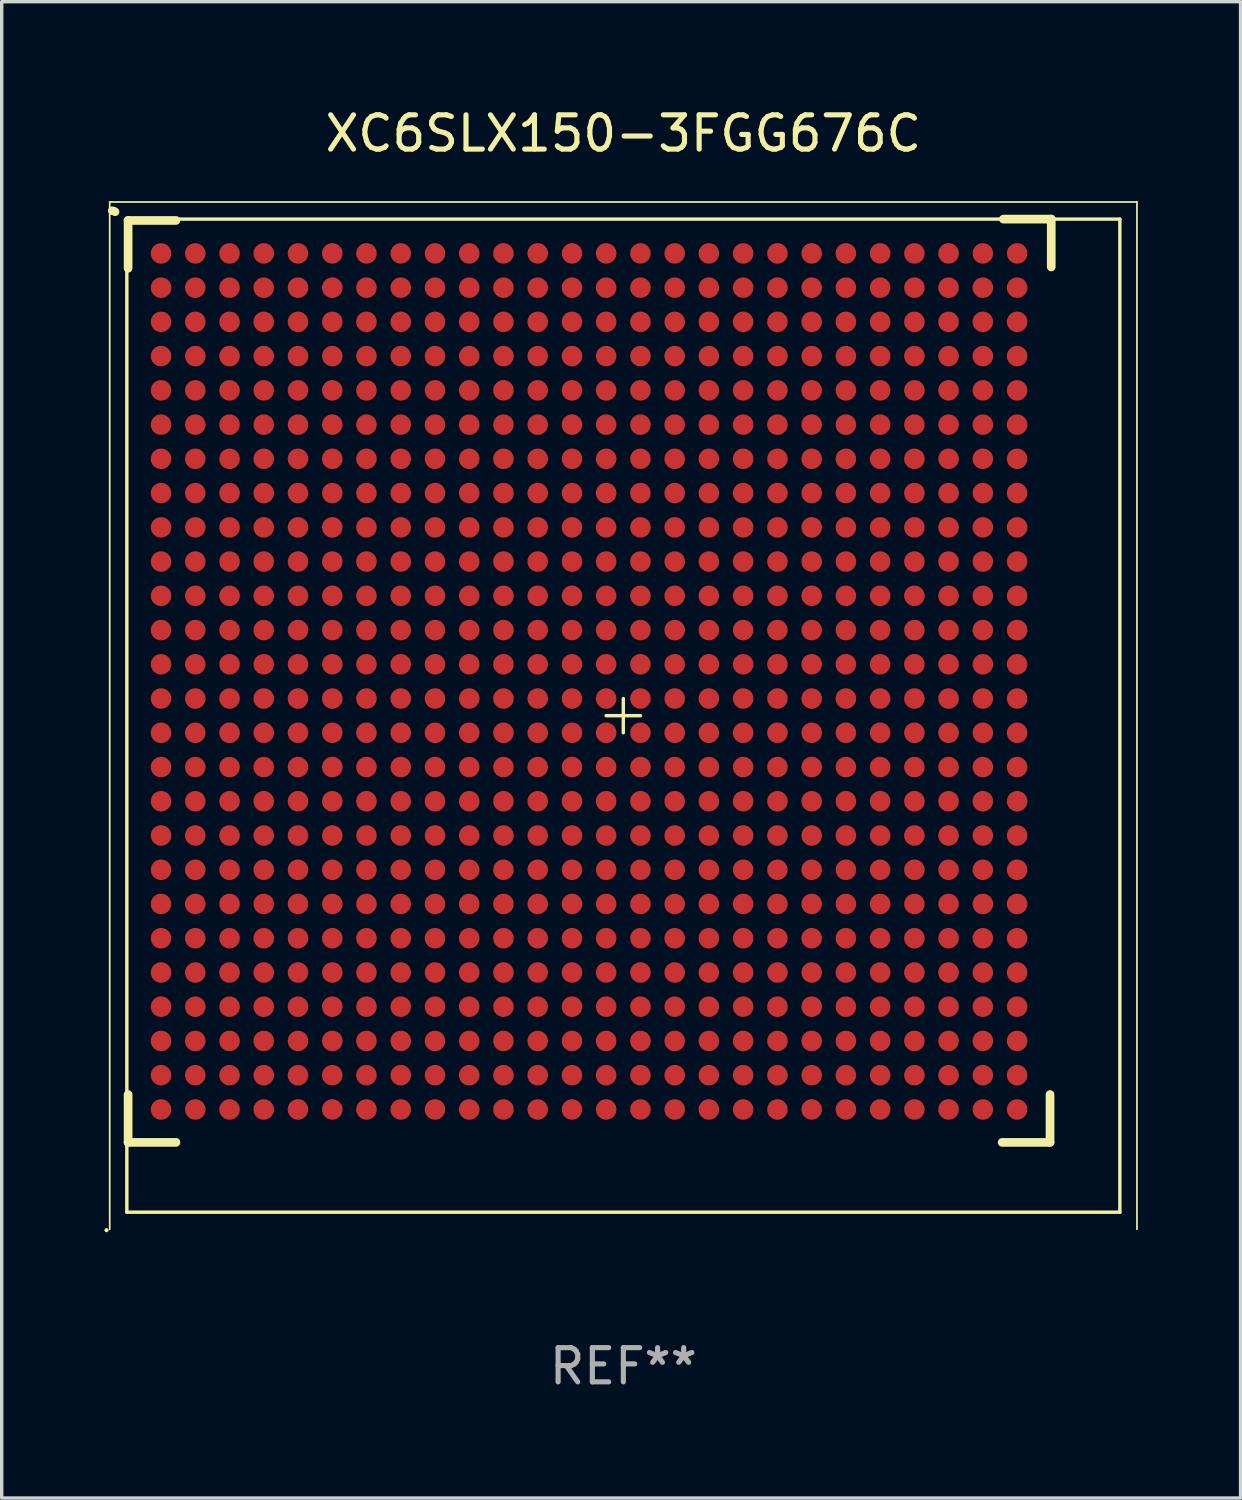
<source format=kicad_pcb>
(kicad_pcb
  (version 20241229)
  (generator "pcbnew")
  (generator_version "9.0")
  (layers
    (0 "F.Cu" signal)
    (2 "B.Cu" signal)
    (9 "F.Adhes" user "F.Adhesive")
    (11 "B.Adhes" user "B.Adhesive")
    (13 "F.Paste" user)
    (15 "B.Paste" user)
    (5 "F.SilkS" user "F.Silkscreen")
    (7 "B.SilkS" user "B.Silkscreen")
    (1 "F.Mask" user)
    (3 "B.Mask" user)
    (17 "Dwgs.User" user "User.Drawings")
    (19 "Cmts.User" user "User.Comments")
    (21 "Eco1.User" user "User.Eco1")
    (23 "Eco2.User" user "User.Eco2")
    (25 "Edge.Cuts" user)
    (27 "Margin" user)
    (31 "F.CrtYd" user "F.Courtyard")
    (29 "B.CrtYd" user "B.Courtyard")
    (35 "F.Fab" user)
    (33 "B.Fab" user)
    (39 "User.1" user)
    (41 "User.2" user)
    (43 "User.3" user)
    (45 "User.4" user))
  (footprint "XC6SLX150-3FGG676C"
    (layer "F.Cu")
    (at 15.154 17.85)
    (property "Reference" "XC6SLX150-3FGG676C" (at 0 -17.001 0) (layer "F.SilkS") (effects (font (size 1 1) (thickness 0.15))))
    (attr through_hole)
    (fp_line (start -15 -15.001) (end -15 15.001) (stroke (width 0.05) (type solid)) (layer "F.SilkS"))
    (fp_line (start -14.5 -14.501) (end -14.5 14.501) (stroke (width 0.1) (type solid)) (layer "F.SilkS"))
    (fp_line (start -14.5 14.501) (end 14.5 14.501) (stroke (width 0.1) (type solid)) (layer "F.SilkS"))
    (fp_line (start -14.463 -14.462) (end -13.066 -14.462) (stroke (width 0.254) (type solid)) (layer "F.SilkS"))
    (fp_line (start -14.463 -13.065) (end -14.463 -14.462) (stroke (width 0.254) (type solid)) (layer "F.SilkS"))
    (fp_line (start -14.463 12.462) (end -14.463 11.065) (stroke (width 0.254) (type solid)) (layer "F.SilkS"))
    (fp_line (start -13.066 12.462) (end -14.463 12.462) (stroke (width 0.254) (type solid)) (layer "F.SilkS"))
    (fp_line (start -0.502 -0.000038) (end 0.499 -0.000038) (stroke (width 0.1) (type solid)) (layer "F.SilkS"))
    (fp_line (start -0.001 -0.5) (end -0.001 0.5) (stroke (width 0.1) (type solid)) (layer "F.SilkS"))
    (fp_line (start 11.099 -14.501) (end 12.496 -14.501) (stroke (width 0.254) (type solid)) (layer "F.SilkS"))
    (fp_line (start 12.461 11.065) (end 12.461 12.462) (stroke (width 0.254) (type solid)) (layer "F.SilkS"))
    (fp_line (start 12.461 12.462) (end 11.064 12.462) (stroke (width 0.254) (type solid)) (layer "F.SilkS"))
    (fp_line (start 12.496 -14.501) (end 12.496 -13.104) (stroke (width 0.254) (type solid)) (layer "F.SilkS"))
    (fp_line (start 14.5 -14.501) (end -14.5 -14.501) (stroke (width 0.1) (type solid)) (layer "F.SilkS"))
    (fp_line (start 14.5 14.501) (end 14.5 -14.501) (stroke (width 0.1) (type solid)) (layer "F.SilkS"))
    (fp_line (start 15 -15.001) (end -15 -15.001) (stroke (width 0.05) (type solid)) (layer "F.SilkS"))
    (fp_line (start 15 15.001) (end 15 -15.001) (stroke (width 0.05) (type solid)) (layer "F.SilkS"))
    (fp_arc (start -14.925794 -14.746342) (mid -14.881993 -14.738396) (end -14.843752 -14.715608) (stroke (width 0.249936) (type solid)) (layer "F.SilkS"))
    (fp_circle (center -15.094 15.026) (end -15.064 15.026) (stroke (width 0.06) (type solid)) (fill no) (layer "F.SilkS"))
    (fp_text user "REF**" (at 0 19.001 0) (layer "F.Fab") (effects (font (size 1 1) (thickness 0.15))))
    (pad "A1" smd circle (at -13.501 -13.499) (size 0.6 0.6) (layers "F.Cu" "F.Mask" "F.Paste"))
    (pad "A2" smd circle (at -12.501 -13.5) (size 0.6 0.6) (layers "F.Cu" "F.Mask" "F.Paste"))
    (pad "A3" smd circle (at -11.5 -13.5) (size 0.6 0.6) (layers "F.Cu" "F.Mask" "F.Paste"))
    (pad "A4" smd circle (at -10.502 -13.5) (size 0.6 0.6) (layers "F.Cu" "F.Mask" "F.Paste"))
    (pad "A5" smd circle (at -9.501 -13.5) (size 0.6 0.6) (layers "F.Cu" "F.Mask" "F.Paste"))
    (pad "A6" smd circle (at -8.5 -13.5) (size 0.6 0.6) (layers "F.Cu" "F.Mask" "F.Paste"))
    (pad "A7" smd circle (at -7.502 -13.5) (size 0.6 0.6) (layers "F.Cu" "F.Mask" "F.Paste"))
    (pad "A8" smd circle (at -6.501 -13.5) (size 0.6 0.6) (layers "F.Cu" "F.Mask" "F.Paste"))
    (pad "A9" smd circle (at -5.5 -13.5) (size 0.6 0.6) (layers "F.Cu" "F.Mask" "F.Paste"))
    (pad "A10" smd circle (at -4.5 -13.5) (size 0.6 0.6) (layers "F.Cu" "F.Mask" "F.Paste"))
    (pad "A11" smd circle (at -3.501 -13.5) (size 0.6 0.6) (layers "F.Cu" "F.Mask" "F.Paste"))
    (pad "A12" smd circle (at -2.501 -13.5) (size 0.6 0.6) (layers "F.Cu" "F.Mask" "F.Paste"))
    (pad "A13" smd circle (at -1.5 -13.5) (size 0.6 0.6) (layers "F.Cu" "F.Mask" "F.Paste"))
    (pad "A14" smd circle (at -0.502 -13.5) (size 0.6 0.6) (layers "F.Cu" "F.Mask" "F.Paste"))
    (pad "A15" smd circle (at 0.499 -13.5) (size 0.6 0.6) (layers "F.Cu" "F.Mask" "F.Paste"))
    (pad "A16" smd circle (at 1.5 -13.5) (size 0.6 0.6) (layers "F.Cu" "F.Mask" "F.Paste"))
    (pad "A17" smd circle (at 2.498 -13.5) (size 0.6 0.6) (layers "F.Cu" "F.Mask" "F.Paste"))
    (pad "A18" smd circle (at 3.499 -13.5) (size 0.6 0.6) (layers "F.Cu" "F.Mask" "F.Paste"))
    (pad "A19" smd circle (at 4.5 -13.5) (size 0.6 0.6) (layers "F.Cu" "F.Mask" "F.Paste"))
    (pad "A20" smd circle (at 5.5 -13.5) (size 0.6 0.6) (layers "F.Cu" "F.Mask" "F.Paste"))
    (pad "A21" smd circle (at 6.499 -13.5) (size 0.6 0.6) (layers "F.Cu" "F.Mask" "F.Paste"))
    (pad "A22" smd circle (at 7.499 -13.5) (size 0.6 0.6) (layers "F.Cu" "F.Mask" "F.Paste"))
    (pad "A23" smd circle (at 8.5 -13.5) (size 0.6 0.6) (layers "F.Cu" "F.Mask" "F.Paste"))
    (pad "A24" smd circle (at 9.498 -13.5) (size 0.6 0.6) (layers "F.Cu" "F.Mask" "F.Paste"))
    (pad "A25" smd circle (at 10.499 -13.5) (size 0.6 0.6) (layers "F.Cu" "F.Mask" "F.Paste"))
    (pad "A26" smd circle (at 11.5 -13.5) (size 0.6 0.6) (layers "F.Cu" "F.Mask" "F.Paste"))
    (pad "AA1" smd circle (at -13.501 6.5) (size 0.6 0.6) (layers "F.Cu" "F.Mask" "F.Paste"))
    (pad "AA2" smd circle (at -12.501 6.5) (size 0.6 0.6) (layers "F.Cu" "F.Mask" "F.Paste"))
    (pad "AA3" smd circle (at -11.5 6.5) (size 0.6 0.6) (layers "F.Cu" "F.Mask" "F.Paste"))
    (pad "AA4" smd circle (at -10.502 6.5) (size 0.6 0.6) (layers "F.Cu" "F.Mask" "F.Paste"))
    (pad "AA5" smd circle (at -9.501 6.5) (size 0.6 0.6) (layers "F.Cu" "F.Mask" "F.Paste"))
    (pad "AA6" smd circle (at -8.5 6.5) (size 0.6 0.6) (layers "F.Cu" "F.Mask" "F.Paste"))
    (pad "AA7" smd circle (at -7.502 6.5) (size 0.6 0.6) (layers "F.Cu" "F.Mask" "F.Paste"))
    (pad "AA8" smd circle (at -6.501 6.5) (size 0.6 0.6) (layers "F.Cu" "F.Mask" "F.Paste"))
    (pad "AA9" smd circle (at -5.5 6.5) (size 0.6 0.6) (layers "F.Cu" "F.Mask" "F.Paste"))
    (pad "AA10" smd circle (at -4.5 6.5) (size 0.6 0.6) (layers "F.Cu" "F.Mask" "F.Paste"))
    (pad "AA11" smd circle (at -3.501 6.5) (size 0.6 0.6) (layers "F.Cu" "F.Mask" "F.Paste"))
    (pad "AA12" smd circle (at -2.501 6.5) (size 0.6 0.6) (layers "F.Cu" "F.Mask" "F.Paste"))
    (pad "AA13" smd circle (at -1.5 6.5) (size 0.6 0.6) (layers "F.Cu" "F.Mask" "F.Paste"))
    (pad "AA14" smd circle (at -0.502 6.5) (size 0.6 0.6) (layers "F.Cu" "F.Mask" "F.Paste"))
    (pad "AA15" smd circle (at 0.499 6.5) (size 0.6 0.6) (layers "F.Cu" "F.Mask" "F.Paste"))
    (pad "AA16" smd circle (at 1.5 6.5) (size 0.6 0.6) (layers "F.Cu" "F.Mask" "F.Paste"))
    (pad "AA17" smd circle (at 2.498 6.5) (size 0.6 0.6) (layers "F.Cu" "F.Mask" "F.Paste"))
    (pad "AA18" smd circle (at 3.499 6.5) (size 0.6 0.6) (layers "F.Cu" "F.Mask" "F.Paste"))
    (pad "AA19" smd circle (at 4.5 6.5) (size 0.6 0.6) (layers "F.Cu" "F.Mask" "F.Paste"))
    (pad "AA20" smd circle (at 5.5 6.5) (size 0.6 0.6) (layers "F.Cu" "F.Mask" "F.Paste"))
    (pad "AA21" smd circle (at 6.499 6.5) (size 0.6 0.6) (layers "F.Cu" "F.Mask" "F.Paste"))
    (pad "AA22" smd circle (at 7.499 6.5) (size 0.6 0.6) (layers "F.Cu" "F.Mask" "F.Paste"))
    (pad "AA23" smd circle (at 8.5 6.5) (size 0.6 0.6) (layers "F.Cu" "F.Mask" "F.Paste"))
    (pad "AA24" smd circle (at 9.498 6.5) (size 0.6 0.6) (layers "F.Cu" "F.Mask" "F.Paste"))
    (pad "AA25" smd circle (at 10.499 6.5) (size 0.6 0.6) (layers "F.Cu" "F.Mask" "F.Paste"))
    (pad "AA26" smd circle (at 11.5 6.5) (size 0.6 0.6) (layers "F.Cu" "F.Mask" "F.Paste"))
    (pad "AB1" smd circle (at -13.501 7.501) (size 0.6 0.6) (layers "F.Cu" "F.Mask" "F.Paste"))
    (pad "AB2" smd circle (at -12.501 7.501) (size 0.6 0.6) (layers "F.Cu" "F.Mask" "F.Paste"))
    (pad "AB3" smd circle (at -11.5 7.501) (size 0.6 0.6) (layers "F.Cu" "F.Mask" "F.Paste"))
    (pad "AB4" smd circle (at -10.502 7.501) (size 0.6 0.6) (layers "F.Cu" "F.Mask" "F.Paste"))
    (pad "AB5" smd circle (at -9.501 7.501) (size 0.6 0.6) (layers "F.Cu" "F.Mask" "F.Paste"))
    (pad "AB6" smd circle (at -8.5 7.501) (size 0.6 0.6) (layers "F.Cu" "F.Mask" "F.Paste"))
    (pad "AB7" smd circle (at -7.502 7.501) (size 0.6 0.6) (layers "F.Cu" "F.Mask" "F.Paste"))
    (pad "AB8" smd circle (at -6.501 7.501) (size 0.6 0.6) (layers "F.Cu" "F.Mask" "F.Paste"))
    (pad "AB9" smd circle (at -5.5 7.501) (size 0.6 0.6) (layers "F.Cu" "F.Mask" "F.Paste"))
    (pad "AB10" smd circle (at -4.5 7.501) (size 0.6 0.6) (layers "F.Cu" "F.Mask" "F.Paste"))
    (pad "AB11" smd circle (at -3.501 7.501) (size 0.6 0.6) (layers "F.Cu" "F.Mask" "F.Paste"))
    (pad "AB12" smd circle (at -2.501 7.501) (size 0.6 0.6) (layers "F.Cu" "F.Mask" "F.Paste"))
    (pad "AB13" smd circle (at -1.5 7.501) (size 0.6 0.6) (layers "F.Cu" "F.Mask" "F.Paste"))
    (pad "AB14" smd circle (at -0.502 7.501) (size 0.6 0.6) (layers "F.Cu" "F.Mask" "F.Paste"))
    (pad "AB15" smd circle (at 0.499 7.501) (size 0.6 0.6) (layers "F.Cu" "F.Mask" "F.Paste"))
    (pad "AB16" smd circle (at 1.5 7.501) (size 0.6 0.6) (layers "F.Cu" "F.Mask" "F.Paste"))
    (pad "AB17" smd circle (at 2.498 7.501) (size 0.6 0.6) (layers "F.Cu" "F.Mask" "F.Paste"))
    (pad "AB18" smd circle (at 3.499 7.501) (size 0.6 0.6) (layers "F.Cu" "F.Mask" "F.Paste"))
    (pad "AB19" smd circle (at 4.5 7.501) (size 0.6 0.6) (layers "F.Cu" "F.Mask" "F.Paste"))
    (pad "AB20" smd circle (at 5.5 7.501) (size 0.6 0.6) (layers "F.Cu" "F.Mask" "F.Paste"))
    (pad "AB21" smd circle (at 6.499 7.501) (size 0.6 0.6) (layers "F.Cu" "F.Mask" "F.Paste"))
    (pad "AB22" smd circle (at 7.499 7.501) (size 0.6 0.6) (layers "F.Cu" "F.Mask" "F.Paste"))
    (pad "AB23" smd circle (at 8.5 7.501) (size 0.6 0.6) (layers "F.Cu" "F.Mask" "F.Paste"))
    (pad "AB24" smd circle (at 9.498 7.501) (size 0.6 0.6) (layers "F.Cu" "F.Mask" "F.Paste"))
    (pad "AB25" smd circle (at 10.499 7.501) (size 0.6 0.6) (layers "F.Cu" "F.Mask" "F.Paste"))
    (pad "AB26" smd circle (at 11.5 7.501) (size 0.6 0.6) (layers "F.Cu" "F.Mask" "F.Paste"))
    (pad "AC1" smd circle (at -13.501 8.499) (size 0.6 0.6) (layers "F.Cu" "F.Mask" "F.Paste"))
    (pad "AC2" smd circle (at -12.501 8.499) (size 0.6 0.6) (layers "F.Cu" "F.Mask" "F.Paste"))
    (pad "AC3" smd circle (at -11.5 8.499) (size 0.6 0.6) (layers "F.Cu" "F.Mask" "F.Paste"))
    (pad "AC4" smd circle (at -10.502 8.499) (size 0.6 0.6) (layers "F.Cu" "F.Mask" "F.Paste"))
    (pad "AC5" smd circle (at -9.501 8.499) (size 0.6 0.6) (layers "F.Cu" "F.Mask" "F.Paste"))
    (pad "AC6" smd circle (at -8.5 8.499) (size 0.6 0.6) (layers "F.Cu" "F.Mask" "F.Paste"))
    (pad "AC7" smd circle (at -7.502 8.499) (size 0.6 0.6) (layers "F.Cu" "F.Mask" "F.Paste"))
    (pad "AC8" smd circle (at -6.501 8.499) (size 0.6 0.6) (layers "F.Cu" "F.Mask" "F.Paste"))
    (pad "AC9" smd circle (at -5.5 8.499) (size 0.6 0.6) (layers "F.Cu" "F.Mask" "F.Paste"))
    (pad "AC10" smd circle (at -4.5 8.499) (size 0.6 0.6) (layers "F.Cu" "F.Mask" "F.Paste"))
    (pad "AC11" smd circle (at -3.501 8.499) (size 0.6 0.6) (layers "F.Cu" "F.Mask" "F.Paste"))
    (pad "AC12" smd circle (at -2.501 8.499) (size 0.6 0.6) (layers "F.Cu" "F.Mask" "F.Paste"))
    (pad "AC13" smd circle (at -1.5 8.499) (size 0.6 0.6) (layers "F.Cu" "F.Mask" "F.Paste"))
    (pad "AC14" smd circle (at -0.502 8.499) (size 0.6 0.6) (layers "F.Cu" "F.Mask" "F.Paste"))
    (pad "AC15" smd circle (at 0.499 8.499) (size 0.6 0.6) (layers "F.Cu" "F.Mask" "F.Paste"))
    (pad "AC16" smd circle (at 1.5 8.499) (size 0.6 0.6) (layers "F.Cu" "F.Mask" "F.Paste"))
    (pad "AC17" smd circle (at 2.498 8.499) (size 0.6 0.6) (layers "F.Cu" "F.Mask" "F.Paste"))
    (pad "AC18" smd circle (at 3.499 8.499) (size 0.6 0.6) (layers "F.Cu" "F.Mask" "F.Paste"))
    (pad "AC19" smd circle (at 4.5 8.499) (size 0.6 0.6) (layers "F.Cu" "F.Mask" "F.Paste"))
    (pad "AC20" smd circle (at 5.5 8.499) (size 0.6 0.6) (layers "F.Cu" "F.Mask" "F.Paste"))
    (pad "AC21" smd circle (at 6.499 8.499) (size 0.6 0.6) (layers "F.Cu" "F.Mask" "F.Paste"))
    (pad "AC22" smd circle (at 7.499 8.499) (size 0.6 0.6) (layers "F.Cu" "F.Mask" "F.Paste"))
    (pad "AC23" smd circle (at 8.5 8.499) (size 0.6 0.6) (layers "F.Cu" "F.Mask" "F.Paste"))
    (pad "AC24" smd circle (at 9.498 8.499) (size 0.6 0.6) (layers "F.Cu" "F.Mask" "F.Paste"))
    (pad "AC25" smd circle (at 10.499 8.499) (size 0.6 0.6) (layers "F.Cu" "F.Mask" "F.Paste"))
    (pad "AC26" smd circle (at 11.5 8.499) (size 0.6 0.6) (layers "F.Cu" "F.Mask" "F.Paste"))
    (pad "AD1" smd circle (at -13.501 9.5) (size 0.6 0.6) (layers "F.Cu" "F.Mask" "F.Paste"))
    (pad "AD2" smd circle (at -12.501 9.5) (size 0.6 0.6) (layers "F.Cu" "F.Mask" "F.Paste"))
    (pad "AD3" smd circle (at -11.5 9.5) (size 0.6 0.6) (layers "F.Cu" "F.Mask" "F.Paste"))
    (pad "AD4" smd circle (at -10.502 9.5) (size 0.6 0.6) (layers "F.Cu" "F.Mask" "F.Paste"))
    (pad "AD5" smd circle (at -9.501 9.5) (size 0.6 0.6) (layers "F.Cu" "F.Mask" "F.Paste"))
    (pad "AD6" smd circle (at -8.5 9.5) (size 0.6 0.6) (layers "F.Cu" "F.Mask" "F.Paste"))
    (pad "AD7" smd circle (at -7.502 9.5) (size 0.6 0.6) (layers "F.Cu" "F.Mask" "F.Paste"))
    (pad "AD8" smd circle (at -6.501 9.5) (size 0.6 0.6) (layers "F.Cu" "F.Mask" "F.Paste"))
    (pad "AD9" smd circle (at -5.5 9.5) (size 0.6 0.6) (layers "F.Cu" "F.Mask" "F.Paste"))
    (pad "AD10" smd circle (at -4.5 9.5) (size 0.6 0.6) (layers "F.Cu" "F.Mask" "F.Paste"))
    (pad "AD11" smd circle (at -3.501 9.5) (size 0.6 0.6) (layers "F.Cu" "F.Mask" "F.Paste"))
    (pad "AD12" smd circle (at -2.501 9.5) (size 0.6 0.6) (layers "F.Cu" "F.Mask" "F.Paste"))
    (pad "AD13" smd circle (at -1.5 9.5) (size 0.6 0.6) (layers "F.Cu" "F.Mask" "F.Paste"))
    (pad "AD14" smd circle (at -0.502 9.5) (size 0.6 0.6) (layers "F.Cu" "F.Mask" "F.Paste"))
    (pad "AD15" smd circle (at 0.499 9.5) (size 0.6 0.6) (layers "F.Cu" "F.Mask" "F.Paste"))
    (pad "AD16" smd circle (at 1.5 9.5) (size 0.6 0.6) (layers "F.Cu" "F.Mask" "F.Paste"))
    (pad "AD17" smd circle (at 2.498 9.5) (size 0.6 0.6) (layers "F.Cu" "F.Mask" "F.Paste"))
    (pad "AD18" smd circle (at 3.499 9.5) (size 0.6 0.6) (layers "F.Cu" "F.Mask" "F.Paste"))
    (pad "AD19" smd circle (at 4.5 9.5) (size 0.6 0.6) (layers "F.Cu" "F.Mask" "F.Paste"))
    (pad "AD20" smd circle (at 5.5 9.5) (size 0.6 0.6) (layers "F.Cu" "F.Mask" "F.Paste"))
    (pad "AD21" smd circle (at 6.499 9.5) (size 0.6 0.6) (layers "F.Cu" "F.Mask" "F.Paste"))
    (pad "AD22" smd circle (at 7.499 9.5) (size 0.6 0.6) (layers "F.Cu" "F.Mask" "F.Paste"))
    (pad "AD23" smd circle (at 8.5 9.5) (size 0.6 0.6) (layers "F.Cu" "F.Mask" "F.Paste"))
    (pad "AD24" smd circle (at 9.498 9.5) (size 0.6 0.6) (layers "F.Cu" "F.Mask" "F.Paste"))
    (pad "AD25" smd circle (at 10.499 9.5) (size 0.6 0.6) (layers "F.Cu" "F.Mask" "F.Paste"))
    (pad "AD26" smd circle (at 11.5 9.5) (size 0.6 0.6) (layers "F.Cu" "F.Mask" "F.Paste"))
    (pad "AE1" smd circle (at -13.501 10.5) (size 0.6 0.6) (layers "F.Cu" "F.Mask" "F.Paste"))
    (pad "AE2" smd circle (at -12.501 10.5) (size 0.6 0.6) (layers "F.Cu" "F.Mask" "F.Paste"))
    (pad "AE3" smd circle (at -11.5 10.5) (size 0.6 0.6) (layers "F.Cu" "F.Mask" "F.Paste"))
    (pad "AE4" smd circle (at -10.502 10.5) (size 0.6 0.6) (layers "F.Cu" "F.Mask" "F.Paste"))
    (pad "AE5" smd circle (at -9.501 10.5) (size 0.6 0.6) (layers "F.Cu" "F.Mask" "F.Paste"))
    (pad "AE6" smd circle (at -8.5 10.5) (size 0.6 0.6) (layers "F.Cu" "F.Mask" "F.Paste"))
    (pad "AE7" smd circle (at -7.502 10.5) (size 0.6 0.6) (layers "F.Cu" "F.Mask" "F.Paste"))
    (pad "AE8" smd circle (at -6.501 10.5) (size 0.6 0.6) (layers "F.Cu" "F.Mask" "F.Paste"))
    (pad "AE9" smd circle (at -5.5 10.5) (size 0.6 0.6) (layers "F.Cu" "F.Mask" "F.Paste"))
    (pad "AE10" smd circle (at -4.5 10.5) (size 0.6 0.6) (layers "F.Cu" "F.Mask" "F.Paste"))
    (pad "AE11" smd circle (at -3.501 10.5) (size 0.6 0.6) (layers "F.Cu" "F.Mask" "F.Paste"))
    (pad "AE12" smd circle (at -2.501 10.5) (size 0.6 0.6) (layers "F.Cu" "F.Mask" "F.Paste"))
    (pad "AE13" smd circle (at -1.5 10.5) (size 0.6 0.6) (layers "F.Cu" "F.Mask" "F.Paste"))
    (pad "AE14" smd circle (at -0.502 10.5) (size 0.6 0.6) (layers "F.Cu" "F.Mask" "F.Paste"))
    (pad "AE15" smd circle (at 0.499 10.5) (size 0.6 0.6) (layers "F.Cu" "F.Mask" "F.Paste"))
    (pad "AE16" smd circle (at 1.5 10.5) (size 0.6 0.6) (layers "F.Cu" "F.Mask" "F.Paste"))
    (pad "AE17" smd circle (at 2.498 10.5) (size 0.6 0.6) (layers "F.Cu" "F.Mask" "F.Paste"))
    (pad "AE18" smd circle (at 3.499 10.5) (size 0.6 0.6) (layers "F.Cu" "F.Mask" "F.Paste"))
    (pad "AE19" smd circle (at 4.5 10.5) (size 0.6 0.6) (layers "F.Cu" "F.Mask" "F.Paste"))
    (pad "AE20" smd circle (at 5.5 10.5) (size 0.6 0.6) (layers "F.Cu" "F.Mask" "F.Paste"))
    (pad "AE21" smd circle (at 6.499 10.5) (size 0.6 0.6) (layers "F.Cu" "F.Mask" "F.Paste"))
    (pad "AE22" smd circle (at 7.499 10.5) (size 0.6 0.6) (layers "F.Cu" "F.Mask" "F.Paste"))
    (pad "AE23" smd circle (at 8.5 10.5) (size 0.6 0.6) (layers "F.Cu" "F.Mask" "F.Paste"))
    (pad "AE24" smd circle (at 9.498 10.5) (size 0.6 0.6) (layers "F.Cu" "F.Mask" "F.Paste"))
    (pad "AE25" smd circle (at 10.499 10.5) (size 0.6 0.6) (layers "F.Cu" "F.Mask" "F.Paste"))
    (pad "AE26" smd circle (at 11.5 10.5) (size 0.6 0.6) (layers "F.Cu" "F.Mask" "F.Paste"))
    (pad "AF1" smd circle (at -13.501 11.501) (size 0.6 0.6) (layers "F.Cu" "F.Mask" "F.Paste"))
    (pad "AF2" smd circle (at -12.501 11.501) (size 0.6 0.6) (layers "F.Cu" "F.Mask" "F.Paste"))
    (pad "AF3" smd circle (at -11.5 11.501) (size 0.6 0.6) (layers "F.Cu" "F.Mask" "F.Paste"))
    (pad "AF4" smd circle (at -10.502 11.501) (size 0.6 0.6) (layers "F.Cu" "F.Mask" "F.Paste"))
    (pad "AF5" smd circle (at -9.501 11.501) (size 0.6 0.6) (layers "F.Cu" "F.Mask" "F.Paste"))
    (pad "AF6" smd circle (at -8.5 11.501) (size 0.6 0.6) (layers "F.Cu" "F.Mask" "F.Paste"))
    (pad "AF7" smd circle (at -7.502 11.501) (size 0.6 0.6) (layers "F.Cu" "F.Mask" "F.Paste"))
    (pad "AF8" smd circle (at -6.501 11.501) (size 0.6 0.6) (layers "F.Cu" "F.Mask" "F.Paste"))
    (pad "AF9" smd circle (at -5.5 11.501) (size 0.6 0.6) (layers "F.Cu" "F.Mask" "F.Paste"))
    (pad "AF10" smd circle (at -4.5 11.501) (size 0.6 0.6) (layers "F.Cu" "F.Mask" "F.Paste"))
    (pad "AF11" smd circle (at -3.501 11.501) (size 0.6 0.6) (layers "F.Cu" "F.Mask" "F.Paste"))
    (pad "AF12" smd circle (at -2.501 11.501) (size 0.6 0.6) (layers "F.Cu" "F.Mask" "F.Paste"))
    (pad "AF13" smd circle (at -1.5 11.501) (size 0.6 0.6) (layers "F.Cu" "F.Mask" "F.Paste"))
    (pad "AF14" smd circle (at -0.502 11.501) (size 0.6 0.6) (layers "F.Cu" "F.Mask" "F.Paste"))
    (pad "AF15" smd circle (at 0.499 11.501) (size 0.6 0.6) (layers "F.Cu" "F.Mask" "F.Paste"))
    (pad "AF16" smd circle (at 1.5 11.501) (size 0.6 0.6) (layers "F.Cu" "F.Mask" "F.Paste"))
    (pad "AF17" smd circle (at 2.498 11.501) (size 0.6 0.6) (layers "F.Cu" "F.Mask" "F.Paste"))
    (pad "AF18" smd circle (at 3.499 11.501) (size 0.6 0.6) (layers "F.Cu" "F.Mask" "F.Paste"))
    (pad "AF19" smd circle (at 4.5 11.501) (size 0.6 0.6) (layers "F.Cu" "F.Mask" "F.Paste"))
    (pad "AF20" smd circle (at 5.5 11.501) (size 0.6 0.6) (layers "F.Cu" "F.Mask" "F.Paste"))
    (pad "AF21" smd circle (at 6.499 11.501) (size 0.6 0.6) (layers "F.Cu" "F.Mask" "F.Paste"))
    (pad "AF22" smd circle (at 7.499 11.501) (size 0.6 0.6) (layers "F.Cu" "F.Mask" "F.Paste"))
    (pad "AF23" smd circle (at 8.5 11.501) (size 0.6 0.6) (layers "F.Cu" "F.Mask" "F.Paste"))
    (pad "AF24" smd circle (at 9.498 11.501) (size 0.6 0.6) (layers "F.Cu" "F.Mask" "F.Paste"))
    (pad "AF25" smd circle (at 10.499 11.501) (size 0.6 0.6) (layers "F.Cu" "F.Mask" "F.Paste"))
    (pad "AF26" smd circle (at 11.5 11.501) (size 0.6 0.6) (layers "F.Cu" "F.Mask" "F.Paste"))
    (pad "B1" smd circle (at -13.501 -12.499) (size 0.6 0.6) (layers "F.Cu" "F.Mask" "F.Paste"))
    (pad "B2" smd circle (at -12.501 -12.499) (size 0.6 0.6) (layers "F.Cu" "F.Mask" "F.Paste"))
    (pad "B3" smd circle (at -11.5 -12.499) (size 0.6 0.6) (layers "F.Cu" "F.Mask" "F.Paste"))
    (pad "B4" smd circle (at -10.502 -12.499) (size 0.6 0.6) (layers "F.Cu" "F.Mask" "F.Paste"))
    (pad "B5" smd circle (at -9.501 -12.499) (size 0.6 0.6) (layers "F.Cu" "F.Mask" "F.Paste"))
    (pad "B6" smd circle (at -8.5 -12.499) (size 0.6 0.6) (layers "F.Cu" "F.Mask" "F.Paste"))
    (pad "B7" smd circle (at -7.502 -12.499) (size 0.6 0.6) (layers "F.Cu" "F.Mask" "F.Paste"))
    (pad "B8" smd circle (at -6.501 -12.499) (size 0.6 0.6) (layers "F.Cu" "F.Mask" "F.Paste"))
    (pad "B9" smd circle (at -5.5 -12.499) (size 0.6 0.6) (layers "F.Cu" "F.Mask" "F.Paste"))
    (pad "B10" smd circle (at -4.5 -12.499) (size 0.6 0.6) (layers "F.Cu" "F.Mask" "F.Paste"))
    (pad "B11" smd circle (at -3.501 -12.499) (size 0.6 0.6) (layers "F.Cu" "F.Mask" "F.Paste"))
    (pad "B12" smd circle (at -2.501 -12.499) (size 0.6 0.6) (layers "F.Cu" "F.Mask" "F.Paste"))
    (pad "B13" smd circle (at -1.5 -12.499) (size 0.6 0.6) (layers "F.Cu" "F.Mask" "F.Paste"))
    (pad "B14" smd circle (at -0.502 -12.499) (size 0.6 0.6) (layers "F.Cu" "F.Mask" "F.Paste"))
    (pad "B15" smd circle (at 0.499 -12.499) (size 0.6 0.6) (layers "F.Cu" "F.Mask" "F.Paste"))
    (pad "B16" smd circle (at 1.5 -12.499) (size 0.6 0.6) (layers "F.Cu" "F.Mask" "F.Paste"))
    (pad "B17" smd circle (at 2.498 -12.499) (size 0.6 0.6) (layers "F.Cu" "F.Mask" "F.Paste"))
    (pad "B18" smd circle (at 3.499 -12.499) (size 0.6 0.6) (layers "F.Cu" "F.Mask" "F.Paste"))
    (pad "B19" smd circle (at 4.5 -12.499) (size 0.6 0.6) (layers "F.Cu" "F.Mask" "F.Paste"))
    (pad "B20" smd circle (at 5.5 -12.499) (size 0.6 0.6) (layers "F.Cu" "F.Mask" "F.Paste"))
    (pad "B21" smd circle (at 6.499 -12.499) (size 0.6 0.6) (layers "F.Cu" "F.Mask" "F.Paste"))
    (pad "B22" smd circle (at 7.499 -12.499) (size 0.6 0.6) (layers "F.Cu" "F.Mask" "F.Paste"))
    (pad "B23" smd circle (at 8.5 -12.499) (size 0.6 0.6) (layers "F.Cu" "F.Mask" "F.Paste"))
    (pad "B24" smd circle (at 9.498 -12.499) (size 0.6 0.6) (layers "F.Cu" "F.Mask" "F.Paste"))
    (pad "B25" smd circle (at 10.499 -12.499) (size 0.6 0.6) (layers "F.Cu" "F.Mask" "F.Paste"))
    (pad "B26" smd circle (at 11.5 -12.499) (size 0.6 0.6) (layers "F.Cu" "F.Mask" "F.Paste"))
    (pad "C1" smd circle (at -13.501 -11.501) (size 0.6 0.6) (layers "F.Cu" "F.Mask" "F.Paste"))
    (pad "C2" smd circle (at -12.501 -11.501) (size 0.6 0.6) (layers "F.Cu" "F.Mask" "F.Paste"))
    (pad "C3" smd circle (at -11.5 -11.501) (size 0.6 0.6) (layers "F.Cu" "F.Mask" "F.Paste"))
    (pad "C4" smd circle (at -10.502 -11.501) (size 0.6 0.6) (layers "F.Cu" "F.Mask" "F.Paste"))
    (pad "C5" smd circle (at -9.501 -11.501) (size 0.6 0.6) (layers "F.Cu" "F.Mask" "F.Paste"))
    (pad "C6" smd circle (at -8.5 -11.501) (size 0.6 0.6) (layers "F.Cu" "F.Mask" "F.Paste"))
    (pad "C7" smd circle (at -7.502 -11.501) (size 0.6 0.6) (layers "F.Cu" "F.Mask" "F.Paste"))
    (pad "C8" smd circle (at -6.501 -11.501) (size 0.6 0.6) (layers "F.Cu" "F.Mask" "F.Paste"))
    (pad "C9" smd circle (at -5.5 -11.501) (size 0.6 0.6) (layers "F.Cu" "F.Mask" "F.Paste"))
    (pad "C10" smd circle (at -4.5 -11.501) (size 0.6 0.6) (layers "F.Cu" "F.Mask" "F.Paste"))
    (pad "C11" smd circle (at -3.501 -11.501) (size 0.6 0.6) (layers "F.Cu" "F.Mask" "F.Paste"))
    (pad "C12" smd circle (at -2.501 -11.501) (size 0.6 0.6) (layers "F.Cu" "F.Mask" "F.Paste"))
    (pad "C13" smd circle (at -1.5 -11.501) (size 0.6 0.6) (layers "F.Cu" "F.Mask" "F.Paste"))
    (pad "C14" smd circle (at -0.502 -11.501) (size 0.6 0.6) (layers "F.Cu" "F.Mask" "F.Paste"))
    (pad "C15" smd circle (at 0.499 -11.501) (size 0.6 0.6) (layers "F.Cu" "F.Mask" "F.Paste"))
    (pad "C16" smd circle (at 1.5 -11.501) (size 0.6 0.6) (layers "F.Cu" "F.Mask" "F.Paste"))
    (pad "C17" smd circle (at 2.498 -11.501) (size 0.6 0.6) (layers "F.Cu" "F.Mask" "F.Paste"))
    (pad "C18" smd circle (at 3.499 -11.501) (size 0.6 0.6) (layers "F.Cu" "F.Mask" "F.Paste"))
    (pad "C19" smd circle (at 4.5 -11.501) (size 0.6 0.6) (layers "F.Cu" "F.Mask" "F.Paste"))
    (pad "C20" smd circle (at 5.5 -11.501) (size 0.6 0.6) (layers "F.Cu" "F.Mask" "F.Paste"))
    (pad "C21" smd circle (at 6.499 -11.501) (size 0.6 0.6) (layers "F.Cu" "F.Mask" "F.Paste"))
    (pad "C22" smd circle (at 7.499 -11.501) (size 0.6 0.6) (layers "F.Cu" "F.Mask" "F.Paste"))
    (pad "C23" smd circle (at 8.5 -11.501) (size 0.6 0.6) (layers "F.Cu" "F.Mask" "F.Paste"))
    (pad "C24" smd circle (at 9.498 -11.501) (size 0.6 0.6) (layers "F.Cu" "F.Mask" "F.Paste"))
    (pad "C25" smd circle (at 10.499 -11.501) (size 0.6 0.6) (layers "F.Cu" "F.Mask" "F.Paste"))
    (pad "C26" smd circle (at 11.5 -11.501) (size 0.6 0.6) (layers "F.Cu" "F.Mask" "F.Paste"))
    (pad "D1" smd circle (at -13.501 -10.5) (size 0.6 0.6) (layers "F.Cu" "F.Mask" "F.Paste"))
    (pad "D2" smd circle (at -12.501 -10.5) (size 0.6 0.6) (layers "F.Cu" "F.Mask" "F.Paste"))
    (pad "D3" smd circle (at -11.5 -10.5) (size 0.6 0.6) (layers "F.Cu" "F.Mask" "F.Paste"))
    (pad "D4" smd circle (at -10.502 -10.5) (size 0.6 0.6) (layers "F.Cu" "F.Mask" "F.Paste"))
    (pad "D5" smd circle (at -9.501 -10.5) (size 0.6 0.6) (layers "F.Cu" "F.Mask" "F.Paste"))
    (pad "D6" smd circle (at -8.5 -10.5) (size 0.6 0.6) (layers "F.Cu" "F.Mask" "F.Paste"))
    (pad "D7" smd circle (at -7.502 -10.5) (size 0.6 0.6) (layers "F.Cu" "F.Mask" "F.Paste"))
    (pad "D8" smd circle (at -6.501 -10.5) (size 0.6 0.6) (layers "F.Cu" "F.Mask" "F.Paste"))
    (pad "D9" smd circle (at -5.5 -10.5) (size 0.6 0.6) (layers "F.Cu" "F.Mask" "F.Paste"))
    (pad "D10" smd circle (at -4.5 -10.5) (size 0.6 0.6) (layers "F.Cu" "F.Mask" "F.Paste"))
    (pad "D11" smd circle (at -3.501 -10.5) (size 0.6 0.6) (layers "F.Cu" "F.Mask" "F.Paste"))
    (pad "D12" smd circle (at -2.501 -10.5) (size 0.6 0.6) (layers "F.Cu" "F.Mask" "F.Paste"))
    (pad "D13" smd circle (at -1.5 -10.5) (size 0.6 0.6) (layers "F.Cu" "F.Mask" "F.Paste"))
    (pad "D14" smd circle (at -0.502 -10.5) (size 0.6 0.6) (layers "F.Cu" "F.Mask" "F.Paste"))
    (pad "D15" smd circle (at 0.499 -10.5) (size 0.6 0.6) (layers "F.Cu" "F.Mask" "F.Paste"))
    (pad "D16" smd circle (at 1.5 -10.5) (size 0.6 0.6) (layers "F.Cu" "F.Mask" "F.Paste"))
    (pad "D17" smd circle (at 2.498 -10.5) (size 0.6 0.6) (layers "F.Cu" "F.Mask" "F.Paste"))
    (pad "D18" smd circle (at 3.499 -10.5) (size 0.6 0.6) (layers "F.Cu" "F.Mask" "F.Paste"))
    (pad "D19" smd circle (at 4.5 -10.5) (size 0.6 0.6) (layers "F.Cu" "F.Mask" "F.Paste"))
    (pad "D20" smd circle (at 5.5 -10.5) (size 0.6 0.6) (layers "F.Cu" "F.Mask" "F.Paste"))
    (pad "D21" smd circle (at 6.499 -10.5) (size 0.6 0.6) (layers "F.Cu" "F.Mask" "F.Paste"))
    (pad "D22" smd circle (at 7.499 -10.5) (size 0.6 0.6) (layers "F.Cu" "F.Mask" "F.Paste"))
    (pad "D23" smd circle (at 8.5 -10.5) (size 0.6 0.6) (layers "F.Cu" "F.Mask" "F.Paste"))
    (pad "D24" smd circle (at 9.498 -10.5) (size 0.6 0.6) (layers "F.Cu" "F.Mask" "F.Paste"))
    (pad "D25" smd circle (at 10.499 -10.5) (size 0.6 0.6) (layers "F.Cu" "F.Mask" "F.Paste"))
    (pad "D26" smd circle (at 11.5 -10.5) (size 0.6 0.6) (layers "F.Cu" "F.Mask" "F.Paste"))
    (pad "E1" smd circle (at -13.501 -9.5) (size 0.6 0.6) (layers "F.Cu" "F.Mask" "F.Paste"))
    (pad "E2" smd circle (at -12.501 -9.5) (size 0.6 0.6) (layers "F.Cu" "F.Mask" "F.Paste"))
    (pad "E3" smd circle (at -11.5 -9.5) (size 0.6 0.6) (layers "F.Cu" "F.Mask" "F.Paste"))
    (pad "E4" smd circle (at -10.502 -9.5) (size 0.6 0.6) (layers "F.Cu" "F.Mask" "F.Paste"))
    (pad "E5" smd circle (at -9.501 -9.5) (size 0.6 0.6) (layers "F.Cu" "F.Mask" "F.Paste"))
    (pad "E6" smd circle (at -8.5 -9.5) (size 0.6 0.6) (layers "F.Cu" "F.Mask" "F.Paste"))
    (pad "E7" smd circle (at -7.502 -9.5) (size 0.6 0.6) (layers "F.Cu" "F.Mask" "F.Paste"))
    (pad "E8" smd circle (at -6.501 -9.5) (size 0.6 0.6) (layers "F.Cu" "F.Mask" "F.Paste"))
    (pad "E9" smd circle (at -5.5 -9.5) (size 0.6 0.6) (layers "F.Cu" "F.Mask" "F.Paste"))
    (pad "E10" smd circle (at -4.5 -9.5) (size 0.6 0.6) (layers "F.Cu" "F.Mask" "F.Paste"))
    (pad "E11" smd circle (at -3.501 -9.5) (size 0.6 0.6) (layers "F.Cu" "F.Mask" "F.Paste"))
    (pad "E12" smd circle (at -2.501 -9.5) (size 0.6 0.6) (layers "F.Cu" "F.Mask" "F.Paste"))
    (pad "E13" smd circle (at -1.5 -9.5) (size 0.6 0.6) (layers "F.Cu" "F.Mask" "F.Paste"))
    (pad "E14" smd circle (at -0.502 -9.5) (size 0.6 0.6) (layers "F.Cu" "F.Mask" "F.Paste"))
    (pad "E15" smd circle (at 0.499 -9.5) (size 0.6 0.6) (layers "F.Cu" "F.Mask" "F.Paste"))
    (pad "E16" smd circle (at 1.5 -9.5) (size 0.6 0.6) (layers "F.Cu" "F.Mask" "F.Paste"))
    (pad "E17" smd circle (at 2.498 -9.5) (size 0.6 0.6) (layers "F.Cu" "F.Mask" "F.Paste"))
    (pad "E18" smd circle (at 3.499 -9.5) (size 0.6 0.6) (layers "F.Cu" "F.Mask" "F.Paste"))
    (pad "E19" smd circle (at 4.5 -9.5) (size 0.6 0.6) (layers "F.Cu" "F.Mask" "F.Paste"))
    (pad "E20" smd circle (at 5.5 -9.5) (size 0.6 0.6) (layers "F.Cu" "F.Mask" "F.Paste"))
    (pad "E21" smd circle (at 6.499 -9.5) (size 0.6 0.6) (layers "F.Cu" "F.Mask" "F.Paste"))
    (pad "E22" smd circle (at 7.499 -9.5) (size 0.6 0.6) (layers "F.Cu" "F.Mask" "F.Paste"))
    (pad "E23" smd circle (at 8.5 -9.5) (size 0.6 0.6) (layers "F.Cu" "F.Mask" "F.Paste"))
    (pad "E24" smd circle (at 9.498 -9.5) (size 0.6 0.6) (layers "F.Cu" "F.Mask" "F.Paste"))
    (pad "E25" smd circle (at 10.499 -9.5) (size 0.6 0.6) (layers "F.Cu" "F.Mask" "F.Paste"))
    (pad "E26" smd circle (at 11.5 -9.5) (size 0.6 0.6) (layers "F.Cu" "F.Mask" "F.Paste"))
    (pad "F1" smd circle (at -13.501 -8.499) (size 0.6 0.6) (layers "F.Cu" "F.Mask" "F.Paste"))
    (pad "F2" smd circle (at -12.501 -8.499) (size 0.6 0.6) (layers "F.Cu" "F.Mask" "F.Paste"))
    (pad "F3" smd circle (at -11.5 -8.499) (size 0.6 0.6) (layers "F.Cu" "F.Mask" "F.Paste"))
    (pad "F4" smd circle (at -10.502 -8.499) (size 0.6 0.6) (layers "F.Cu" "F.Mask" "F.Paste"))
    (pad "F5" smd circle (at -9.501 -8.499) (size 0.6 0.6) (layers "F.Cu" "F.Mask" "F.Paste"))
    (pad "F6" smd circle (at -8.5 -8.499) (size 0.6 0.6) (layers "F.Cu" "F.Mask" "F.Paste"))
    (pad "F7" smd circle (at -7.502 -8.499) (size 0.6 0.6) (layers "F.Cu" "F.Mask" "F.Paste"))
    (pad "F8" smd circle (at -6.501 -8.499) (size 0.6 0.6) (layers "F.Cu" "F.Mask" "F.Paste"))
    (pad "F9" smd circle (at -5.5 -8.499) (size 0.6 0.6) (layers "F.Cu" "F.Mask" "F.Paste"))
    (pad "F10" smd circle (at -4.5 -8.499) (size 0.6 0.6) (layers "F.Cu" "F.Mask" "F.Paste"))
    (pad "F11" smd circle (at -3.501 -8.499) (size 0.6 0.6) (layers "F.Cu" "F.Mask" "F.Paste"))
    (pad "F12" smd circle (at -2.501 -8.499) (size 0.6 0.6) (layers "F.Cu" "F.Mask" "F.Paste"))
    (pad "F13" smd circle (at -1.5 -8.499) (size 0.6 0.6) (layers "F.Cu" "F.Mask" "F.Paste"))
    (pad "F14" smd circle (at -0.502 -8.499) (size 0.6 0.6) (layers "F.Cu" "F.Mask" "F.Paste"))
    (pad "F15" smd circle (at 0.499 -8.499) (size 0.6 0.6) (layers "F.Cu" "F.Mask" "F.Paste"))
    (pad "F16" smd circle (at 1.5 -8.499) (size 0.6 0.6) (layers "F.Cu" "F.Mask" "F.Paste"))
    (pad "F17" smd circle (at 2.498 -8.499) (size 0.6 0.6) (layers "F.Cu" "F.Mask" "F.Paste"))
    (pad "F18" smd circle (at 3.499 -8.499) (size 0.6 0.6) (layers "F.Cu" "F.Mask" "F.Paste"))
    (pad "F19" smd circle (at 4.5 -8.499) (size 0.6 0.6) (layers "F.Cu" "F.Mask" "F.Paste"))
    (pad "F20" smd circle (at 5.5 -8.499) (size 0.6 0.6) (layers "F.Cu" "F.Mask" "F.Paste"))
    (pad "F21" smd circle (at 6.499 -8.499) (size 0.6 0.6) (layers "F.Cu" "F.Mask" "F.Paste"))
    (pad "F22" smd circle (at 7.499 -8.499) (size 0.6 0.6) (layers "F.Cu" "F.Mask" "F.Paste"))
    (pad "F23" smd circle (at 8.5 -8.499) (size 0.6 0.6) (layers "F.Cu" "F.Mask" "F.Paste"))
    (pad "F24" smd circle (at 9.498 -8.499) (size 0.6 0.6) (layers "F.Cu" "F.Mask" "F.Paste"))
    (pad "F25" smd circle (at 10.499 -8.499) (size 0.6 0.6) (layers "F.Cu" "F.Mask" "F.Paste"))
    (pad "F26" smd circle (at 11.5 -8.499) (size 0.6 0.6) (layers "F.Cu" "F.Mask" "F.Paste"))
    (pad "G1" smd circle (at -13.501 -7.501) (size 0.6 0.6) (layers "F.Cu" "F.Mask" "F.Paste"))
    (pad "G2" smd circle (at -12.501 -7.501) (size 0.6 0.6) (layers "F.Cu" "F.Mask" "F.Paste"))
    (pad "G3" smd circle (at -11.5 -7.501) (size 0.6 0.6) (layers "F.Cu" "F.Mask" "F.Paste"))
    (pad "G4" smd circle (at -10.502 -7.501) (size 0.6 0.6) (layers "F.Cu" "F.Mask" "F.Paste"))
    (pad "G5" smd circle (at -9.501 -7.501) (size 0.6 0.6) (layers "F.Cu" "F.Mask" "F.Paste"))
    (pad "G6" smd circle (at -8.5 -7.501) (size 0.6 0.6) (layers "F.Cu" "F.Mask" "F.Paste"))
    (pad "G7" smd circle (at -7.502 -7.501) (size 0.6 0.6) (layers "F.Cu" "F.Mask" "F.Paste"))
    (pad "G8" smd circle (at -6.501 -7.501) (size 0.6 0.6) (layers "F.Cu" "F.Mask" "F.Paste"))
    (pad "G9" smd circle (at -5.5 -7.501) (size 0.6 0.6) (layers "F.Cu" "F.Mask" "F.Paste"))
    (pad "G10" smd circle (at -4.5 -7.501) (size 0.6 0.6) (layers "F.Cu" "F.Mask" "F.Paste"))
    (pad "G11" smd circle (at -3.501 -7.501) (size 0.6 0.6) (layers "F.Cu" "F.Mask" "F.Paste"))
    (pad "G12" smd circle (at -2.501 -7.501) (size 0.6 0.6) (layers "F.Cu" "F.Mask" "F.Paste"))
    (pad "G13" smd circle (at -1.5 -7.501) (size 0.6 0.6) (layers "F.Cu" "F.Mask" "F.Paste"))
    (pad "G14" smd circle (at -0.502 -7.501) (size 0.6 0.6) (layers "F.Cu" "F.Mask" "F.Paste"))
    (pad "G15" smd circle (at 0.499 -7.501) (size 0.6 0.6) (layers "F.Cu" "F.Mask" "F.Paste"))
    (pad "G16" smd circle (at 1.5 -7.501) (size 0.6 0.6) (layers "F.Cu" "F.Mask" "F.Paste"))
    (pad "G17" smd circle (at 2.498 -7.501) (size 0.6 0.6) (layers "F.Cu" "F.Mask" "F.Paste"))
    (pad "G18" smd circle (at 3.499 -7.501) (size 0.6 0.6) (layers "F.Cu" "F.Mask" "F.Paste"))
    (pad "G19" smd circle (at 4.5 -7.501) (size 0.6 0.6) (layers "F.Cu" "F.Mask" "F.Paste"))
    (pad "G20" smd circle (at 5.5 -7.501) (size 0.6 0.6) (layers "F.Cu" "F.Mask" "F.Paste"))
    (pad "G21" smd circle (at 6.499 -7.501) (size 0.6 0.6) (layers "F.Cu" "F.Mask" "F.Paste"))
    (pad "G22" smd circle (at 7.499 -7.501) (size 0.6 0.6) (layers "F.Cu" "F.Mask" "F.Paste"))
    (pad "G23" smd circle (at 8.5 -7.501) (size 0.6 0.6) (layers "F.Cu" "F.Mask" "F.Paste"))
    (pad "G24" smd circle (at 9.498 -7.501) (size 0.6 0.6) (layers "F.Cu" "F.Mask" "F.Paste"))
    (pad "G25" smd circle (at 10.499 -7.501) (size 0.6 0.6) (layers "F.Cu" "F.Mask" "F.Paste"))
    (pad "G26" smd circle (at 11.5 -7.501) (size 0.6 0.6) (layers "F.Cu" "F.Mask" "F.Paste"))
    (pad "H1" smd circle (at -13.501 -6.5) (size 0.6 0.6) (layers "F.Cu" "F.Mask" "F.Paste"))
    (pad "H2" smd circle (at -12.501 -6.5) (size 0.6 0.6) (layers "F.Cu" "F.Mask" "F.Paste"))
    (pad "H3" smd circle (at -11.5 -6.5) (size 0.6 0.6) (layers "F.Cu" "F.Mask" "F.Paste"))
    (pad "H4" smd circle (at -10.502 -6.5) (size 0.6 0.6) (layers "F.Cu" "F.Mask" "F.Paste"))
    (pad "H5" smd circle (at -9.501 -6.5) (size 0.6 0.6) (layers "F.Cu" "F.Mask" "F.Paste"))
    (pad "H6" smd circle (at -8.5 -6.5) (size 0.6 0.6) (layers "F.Cu" "F.Mask" "F.Paste"))
    (pad "H7" smd circle (at -7.502 -6.5) (size 0.6 0.6) (layers "F.Cu" "F.Mask" "F.Paste"))
    (pad "H8" smd circle (at -6.501 -6.5) (size 0.6 0.6) (layers "F.Cu" "F.Mask" "F.Paste"))
    (pad "H9" smd circle (at -5.5 -6.5) (size 0.6 0.6) (layers "F.Cu" "F.Mask" "F.Paste"))
    (pad "H10" smd circle (at -4.5 -6.5) (size 0.6 0.6) (layers "F.Cu" "F.Mask" "F.Paste"))
    (pad "H11" smd circle (at -3.501 -6.5) (size 0.6 0.6) (layers "F.Cu" "F.Mask" "F.Paste"))
    (pad "H12" smd circle (at -2.501 -6.5) (size 0.6 0.6) (layers "F.Cu" "F.Mask" "F.Paste"))
    (pad "H13" smd circle (at -1.5 -6.5) (size 0.6 0.6) (layers "F.Cu" "F.Mask" "F.Paste"))
    (pad "H14" smd circle (at -0.502 -6.5) (size 0.6 0.6) (layers "F.Cu" "F.Mask" "F.Paste"))
    (pad "H15" smd circle (at 0.499 -6.5) (size 0.6 0.6) (layers "F.Cu" "F.Mask" "F.Paste"))
    (pad "H16" smd circle (at 1.5 -6.5) (size 0.6 0.6) (layers "F.Cu" "F.Mask" "F.Paste"))
    (pad "H17" smd circle (at 2.498 -6.5) (size 0.6 0.6) (layers "F.Cu" "F.Mask" "F.Paste"))
    (pad "H18" smd circle (at 3.499 -6.5) (size 0.6 0.6) (layers "F.Cu" "F.Mask" "F.Paste"))
    (pad "H19" smd circle (at 4.5 -6.5) (size 0.6 0.6) (layers "F.Cu" "F.Mask" "F.Paste"))
    (pad "H20" smd circle (at 5.5 -6.5) (size 0.6 0.6) (layers "F.Cu" "F.Mask" "F.Paste"))
    (pad "H21" smd circle (at 6.499 -6.5) (size 0.6 0.6) (layers "F.Cu" "F.Mask" "F.Paste"))
    (pad "H22" smd circle (at 7.499 -6.5) (size 0.6 0.6) (layers "F.Cu" "F.Mask" "F.Paste"))
    (pad "H23" smd circle (at 8.5 -6.5) (size 0.6 0.6) (layers "F.Cu" "F.Mask" "F.Paste"))
    (pad "H24" smd circle (at 9.498 -6.5) (size 0.6 0.6) (layers "F.Cu" "F.Mask" "F.Paste"))
    (pad "H25" smd circle (at 10.499 -6.5) (size 0.6 0.6) (layers "F.Cu" "F.Mask" "F.Paste"))
    (pad "H26" smd circle (at 11.5 -6.5) (size 0.6 0.6) (layers "F.Cu" "F.Mask" "F.Paste"))
    (pad "J1" smd circle (at -13.501 -5.499) (size 0.6 0.6) (layers "F.Cu" "F.Mask" "F.Paste"))
    (pad "J2" smd circle (at -12.501 -5.499) (size 0.6 0.6) (layers "F.Cu" "F.Mask" "F.Paste"))
    (pad "J3" smd circle (at -11.5 -5.499) (size 0.6 0.6) (layers "F.Cu" "F.Mask" "F.Paste"))
    (pad "J4" smd circle (at -10.502 -5.499) (size 0.6 0.6) (layers "F.Cu" "F.Mask" "F.Paste"))
    (pad "J5" smd circle (at -9.501 -5.499) (size 0.6 0.6) (layers "F.Cu" "F.Mask" "F.Paste"))
    (pad "J6" smd circle (at -8.5 -5.499) (size 0.6 0.6) (layers "F.Cu" "F.Mask" "F.Paste"))
    (pad "J7" smd circle (at -7.502 -5.499) (size 0.6 0.6) (layers "F.Cu" "F.Mask" "F.Paste"))
    (pad "J8" smd circle (at -6.501 -5.499) (size 0.6 0.6) (layers "F.Cu" "F.Mask" "F.Paste"))
    (pad "J9" smd circle (at -5.5 -5.499) (size 0.6 0.6) (layers "F.Cu" "F.Mask" "F.Paste"))
    (pad "J10" smd circle (at -4.5 -5.499) (size 0.6 0.6) (layers "F.Cu" "F.Mask" "F.Paste"))
    (pad "J11" smd circle (at -3.501 -5.499) (size 0.6 0.6) (layers "F.Cu" "F.Mask" "F.Paste"))
    (pad "J12" smd circle (at -2.501 -5.499) (size 0.6 0.6) (layers "F.Cu" "F.Mask" "F.Paste"))
    (pad "J13" smd circle (at -1.5 -5.499) (size 0.6 0.6) (layers "F.Cu" "F.Mask" "F.Paste"))
    (pad "J14" smd circle (at -0.502 -5.499) (size 0.6 0.6) (layers "F.Cu" "F.Mask" "F.Paste"))
    (pad "J15" smd circle (at 0.499 -5.499) (size 0.6 0.6) (layers "F.Cu" "F.Mask" "F.Paste"))
    (pad "J16" smd circle (at 1.5 -5.499) (size 0.6 0.6) (layers "F.Cu" "F.Mask" "F.Paste"))
    (pad "J17" smd circle (at 2.498 -5.499) (size 0.6 0.6) (layers "F.Cu" "F.Mask" "F.Paste"))
    (pad "J18" smd circle (at 3.499 -5.499) (size 0.6 0.6) (layers "F.Cu" "F.Mask" "F.Paste"))
    (pad "J19" smd circle (at 4.5 -5.499) (size 0.6 0.6) (layers "F.Cu" "F.Mask" "F.Paste"))
    (pad "J20" smd circle (at 5.5 -5.499) (size 0.6 0.6) (layers "F.Cu" "F.Mask" "F.Paste"))
    (pad "J21" smd circle (at 6.499 -5.499) (size 0.6 0.6) (layers "F.Cu" "F.Mask" "F.Paste"))
    (pad "J22" smd circle (at 7.499 -5.499) (size 0.6 0.6) (layers "F.Cu" "F.Mask" "F.Paste"))
    (pad "J23" smd circle (at 8.5 -5.499) (size 0.6 0.6) (layers "F.Cu" "F.Mask" "F.Paste"))
    (pad "J24" smd circle (at 9.498 -5.499) (size 0.6 0.6) (layers "F.Cu" "F.Mask" "F.Paste"))
    (pad "J25" smd circle (at 10.499 -5.499) (size 0.6 0.6) (layers "F.Cu" "F.Mask" "F.Paste"))
    (pad "J26" smd circle (at 11.5 -5.499) (size 0.6 0.6) (layers "F.Cu" "F.Mask" "F.Paste"))
    (pad "K1" smd circle (at -13.501 -4.501) (size 0.6 0.6) (layers "F.Cu" "F.Mask" "F.Paste"))
    (pad "K2" smd circle (at -12.501 -4.501) (size 0.6 0.6) (layers "F.Cu" "F.Mask" "F.Paste"))
    (pad "K3" smd circle (at -11.5 -4.501) (size 0.6 0.6) (layers "F.Cu" "F.Mask" "F.Paste"))
    (pad "K4" smd circle (at -10.502 -4.501) (size 0.6 0.6) (layers "F.Cu" "F.Mask" "F.Paste"))
    (pad "K5" smd circle (at -9.501 -4.501) (size 0.6 0.6) (layers "F.Cu" "F.Mask" "F.Paste"))
    (pad "K6" smd circle (at -8.5 -4.501) (size 0.6 0.6) (layers "F.Cu" "F.Mask" "F.Paste"))
    (pad "K7" smd circle (at -7.502 -4.501) (size 0.6 0.6) (layers "F.Cu" "F.Mask" "F.Paste"))
    (pad "K8" smd circle (at -6.501 -4.501) (size 0.6 0.6) (layers "F.Cu" "F.Mask" "F.Paste"))
    (pad "K9" smd circle (at -5.5 -4.501) (size 0.6 0.6) (layers "F.Cu" "F.Mask" "F.Paste"))
    (pad "K10" smd circle (at -4.5 -4.501) (size 0.6 0.6) (layers "F.Cu" "F.Mask" "F.Paste"))
    (pad "K11" smd circle (at -3.501 -4.501) (size 0.6 0.6) (layers "F.Cu" "F.Mask" "F.Paste"))
    (pad "K12" smd circle (at -2.501 -4.501) (size 0.6 0.6) (layers "F.Cu" "F.Mask" "F.Paste"))
    (pad "K13" smd circle (at -1.5 -4.501) (size 0.6 0.6) (layers "F.Cu" "F.Mask" "F.Paste"))
    (pad "K14" smd circle (at -0.502 -4.501) (size 0.6 0.6) (layers "F.Cu" "F.Mask" "F.Paste"))
    (pad "K15" smd circle (at 0.499 -4.501) (size 0.6 0.6) (layers "F.Cu" "F.Mask" "F.Paste"))
    (pad "K16" smd circle (at 1.5 -4.501) (size 0.6 0.6) (layers "F.Cu" "F.Mask" "F.Paste"))
    (pad "K17" smd circle (at 2.498 -4.501) (size 0.6 0.6) (layers "F.Cu" "F.Mask" "F.Paste"))
    (pad "K18" smd circle (at 3.499 -4.501) (size 0.6 0.6) (layers "F.Cu" "F.Mask" "F.Paste"))
    (pad "K19" smd circle (at 4.5 -4.501) (size 0.6 0.6) (layers "F.Cu" "F.Mask" "F.Paste"))
    (pad "K20" smd circle (at 5.5 -4.501) (size 0.6 0.6) (layers "F.Cu" "F.Mask" "F.Paste"))
    (pad "K21" smd circle (at 6.499 -4.501) (size 0.6 0.6) (layers "F.Cu" "F.Mask" "F.Paste"))
    (pad "K22" smd circle (at 7.499 -4.501) (size 0.6 0.6) (layers "F.Cu" "F.Mask" "F.Paste"))
    (pad "K23" smd circle (at 8.5 -4.501) (size 0.6 0.6) (layers "F.Cu" "F.Mask" "F.Paste"))
    (pad "K24" smd circle (at 9.498 -4.501) (size 0.6 0.6) (layers "F.Cu" "F.Mask" "F.Paste"))
    (pad "K25" smd circle (at 10.499 -4.501) (size 0.6 0.6) (layers "F.Cu" "F.Mask" "F.Paste"))
    (pad "K26" smd circle (at 11.5 -4.501) (size 0.6 0.6) (layers "F.Cu" "F.Mask" "F.Paste"))
    (pad "L1" smd circle (at -13.501 -3.5) (size 0.6 0.6) (layers "F.Cu" "F.Mask" "F.Paste"))
    (pad "L2" smd circle (at -12.501 -3.5) (size 0.6 0.6) (layers "F.Cu" "F.Mask" "F.Paste"))
    (pad "L3" smd circle (at -11.5 -3.5) (size 0.6 0.6) (layers "F.Cu" "F.Mask" "F.Paste"))
    (pad "L4" smd circle (at -10.502 -3.5) (size 0.6 0.6) (layers "F.Cu" "F.Mask" "F.Paste"))
    (pad "L5" smd circle (at -9.501 -3.5) (size 0.6 0.6) (layers "F.Cu" "F.Mask" "F.Paste"))
    (pad "L6" smd circle (at -8.5 -3.5) (size 0.6 0.6) (layers "F.Cu" "F.Mask" "F.Paste"))
    (pad "L7" smd circle (at -7.502 -3.5) (size 0.6 0.6) (layers "F.Cu" "F.Mask" "F.Paste"))
    (pad "L8" smd circle (at -6.501 -3.5) (size 0.6 0.6) (layers "F.Cu" "F.Mask" "F.Paste"))
    (pad "L9" smd circle (at -5.5 -3.5) (size 0.6 0.6) (layers "F.Cu" "F.Mask" "F.Paste"))
    (pad "L10" smd circle (at -4.5 -3.5) (size 0.6 0.6) (layers "F.Cu" "F.Mask" "F.Paste"))
    (pad "L11" smd circle (at -3.501 -3.5) (size 0.6 0.6) (layers "F.Cu" "F.Mask" "F.Paste"))
    (pad "L12" smd circle (at -2.501 -3.5) (size 0.6 0.6) (layers "F.Cu" "F.Mask" "F.Paste"))
    (pad "L13" smd circle (at -1.5 -3.5) (size 0.6 0.6) (layers "F.Cu" "F.Mask" "F.Paste"))
    (pad "L14" smd circle (at -0.502 -3.5) (size 0.6 0.6) (layers "F.Cu" "F.Mask" "F.Paste"))
    (pad "L15" smd circle (at 0.499 -3.5) (size 0.6 0.6) (layers "F.Cu" "F.Mask" "F.Paste"))
    (pad "L16" smd circle (at 1.5 -3.5) (size 0.6 0.6) (layers "F.Cu" "F.Mask" "F.Paste"))
    (pad "L17" smd circle (at 2.498 -3.5) (size 0.6 0.6) (layers "F.Cu" "F.Mask" "F.Paste"))
    (pad "L18" smd circle (at 3.499 -3.5) (size 0.6 0.6) (layers "F.Cu" "F.Mask" "F.Paste"))
    (pad "L19" smd circle (at 4.5 -3.5) (size 0.6 0.6) (layers "F.Cu" "F.Mask" "F.Paste"))
    (pad "L20" smd circle (at 5.5 -3.5) (size 0.6 0.6) (layers "F.Cu" "F.Mask" "F.Paste"))
    (pad "L21" smd circle (at 6.499 -3.5) (size 0.6 0.6) (layers "F.Cu" "F.Mask" "F.Paste"))
    (pad "L22" smd circle (at 7.499 -3.5) (size 0.6 0.6) (layers "F.Cu" "F.Mask" "F.Paste"))
    (pad "L23" smd circle (at 8.5 -3.5) (size 0.6 0.6) (layers "F.Cu" "F.Mask" "F.Paste"))
    (pad "L24" smd circle (at 9.498 -3.5) (size 0.6 0.6) (layers "F.Cu" "F.Mask" "F.Paste"))
    (pad "L25" smd circle (at 10.499 -3.5) (size 0.6 0.6) (layers "F.Cu" "F.Mask" "F.Paste"))
    (pad "L26" smd circle (at 11.5 -3.5) (size 0.6 0.6) (layers "F.Cu" "F.Mask" "F.Paste"))
    (pad "M1" smd circle (at -13.501 -2.499) (size 0.6 0.6) (layers "F.Cu" "F.Mask" "F.Paste"))
    (pad "M2" smd circle (at -12.501 -2.499) (size 0.6 0.6) (layers "F.Cu" "F.Mask" "F.Paste"))
    (pad "M3" smd circle (at -11.5 -2.499) (size 0.6 0.6) (layers "F.Cu" "F.Mask" "F.Paste"))
    (pad "M4" smd circle (at -10.502 -2.499) (size 0.6 0.6) (layers "F.Cu" "F.Mask" "F.Paste"))
    (pad "M5" smd circle (at -9.501 -2.499) (size 0.6 0.6) (layers "F.Cu" "F.Mask" "F.Paste"))
    (pad "M6" smd circle (at -8.5 -2.499) (size 0.6 0.6) (layers "F.Cu" "F.Mask" "F.Paste"))
    (pad "M7" smd circle (at -7.502 -2.499) (size 0.6 0.6) (layers "F.Cu" "F.Mask" "F.Paste"))
    (pad "M8" smd circle (at -6.501 -2.499) (size 0.6 0.6) (layers "F.Cu" "F.Mask" "F.Paste"))
    (pad "M9" smd circle (at -5.5 -2.499) (size 0.6 0.6) (layers "F.Cu" "F.Mask" "F.Paste"))
    (pad "M10" smd circle (at -4.5 -2.499) (size 0.6 0.6) (layers "F.Cu" "F.Mask" "F.Paste"))
    (pad "M11" smd circle (at -3.501 -2.499) (size 0.6 0.6) (layers "F.Cu" "F.Mask" "F.Paste"))
    (pad "M12" smd circle (at -2.501 -2.499) (size 0.6 0.6) (layers "F.Cu" "F.Mask" "F.Paste"))
    (pad "M13" smd circle (at -1.5 -2.499) (size 0.6 0.6) (layers "F.Cu" "F.Mask" "F.Paste"))
    (pad "M14" smd circle (at -0.502 -2.499) (size 0.6 0.6) (layers "F.Cu" "F.Mask" "F.Paste"))
    (pad "M15" smd circle (at 0.499 -2.499) (size 0.6 0.6) (layers "F.Cu" "F.Mask" "F.Paste"))
    (pad "M16" smd circle (at 1.5 -2.499) (size 0.6 0.6) (layers "F.Cu" "F.Mask" "F.Paste"))
    (pad "M17" smd circle (at 2.498 -2.499) (size 0.6 0.6) (layers "F.Cu" "F.Mask" "F.Paste"))
    (pad "M18" smd circle (at 3.499 -2.499) (size 0.6 0.6) (layers "F.Cu" "F.Mask" "F.Paste"))
    (pad "M19" smd circle (at 4.5 -2.499) (size 0.6 0.6) (layers "F.Cu" "F.Mask" "F.Paste"))
    (pad "M20" smd circle (at 5.5 -2.499) (size 0.6 0.6) (layers "F.Cu" "F.Mask" "F.Paste"))
    (pad "M21" smd circle (at 6.499 -2.499) (size 0.6 0.6) (layers "F.Cu" "F.Mask" "F.Paste"))
    (pad "M22" smd circle (at 7.499 -2.499) (size 0.6 0.6) (layers "F.Cu" "F.Mask" "F.Paste"))
    (pad "M23" smd circle (at 8.5 -2.499) (size 0.6 0.6) (layers "F.Cu" "F.Mask" "F.Paste"))
    (pad "M24" smd circle (at 9.498 -2.499) (size 0.6 0.6) (layers "F.Cu" "F.Mask" "F.Paste"))
    (pad "M25" smd circle (at 10.499 -2.499) (size 0.6 0.6) (layers "F.Cu" "F.Mask" "F.Paste"))
    (pad "M26" smd circle (at 11.5 -2.499) (size 0.6 0.6) (layers "F.Cu" "F.Mask" "F.Paste"))
    (pad "N1" smd circle (at -13.501 -1.501) (size 0.6 0.6) (layers "F.Cu" "F.Mask" "F.Paste"))
    (pad "N2" smd circle (at -12.501 -1.501) (size 0.6 0.6) (layers "F.Cu" "F.Mask" "F.Paste"))
    (pad "N3" smd circle (at -11.5 -1.501) (size 0.6 0.6) (layers "F.Cu" "F.Mask" "F.Paste"))
    (pad "N4" smd circle (at -10.502 -1.501) (size 0.6 0.6) (layers "F.Cu" "F.Mask" "F.Paste"))
    (pad "N5" smd circle (at -9.501 -1.501) (size 0.6 0.6) (layers "F.Cu" "F.Mask" "F.Paste"))
    (pad "N6" smd circle (at -8.5 -1.501) (size 0.6 0.6) (layers "F.Cu" "F.Mask" "F.Paste"))
    (pad "N7" smd circle (at -7.502 -1.501) (size 0.6 0.6) (layers "F.Cu" "F.Mask" "F.Paste"))
    (pad "N8" smd circle (at -6.501 -1.501) (size 0.6 0.6) (layers "F.Cu" "F.Mask" "F.Paste"))
    (pad "N9" smd circle (at -5.5 -1.501) (size 0.6 0.6) (layers "F.Cu" "F.Mask" "F.Paste"))
    (pad "N10" smd circle (at -4.5 -1.501) (size 0.6 0.6) (layers "F.Cu" "F.Mask" "F.Paste"))
    (pad "N11" smd circle (at -3.501 -1.501) (size 0.6 0.6) (layers "F.Cu" "F.Mask" "F.Paste"))
    (pad "N12" smd circle (at -2.501 -1.501) (size 0.6 0.6) (layers "F.Cu" "F.Mask" "F.Paste"))
    (pad "N13" smd circle (at -1.5 -1.501) (size 0.6 0.6) (layers "F.Cu" "F.Mask" "F.Paste"))
    (pad "N14" smd circle (at -0.502 -1.501) (size 0.6 0.6) (layers "F.Cu" "F.Mask" "F.Paste"))
    (pad "N15" smd circle (at 0.499 -1.501) (size 0.6 0.6) (layers "F.Cu" "F.Mask" "F.Paste"))
    (pad "N16" smd circle (at 1.5 -1.501) (size 0.6 0.6) (layers "F.Cu" "F.Mask" "F.Paste"))
    (pad "N17" smd circle (at 2.498 -1.501) (size 0.6 0.6) (layers "F.Cu" "F.Mask" "F.Paste"))
    (pad "N18" smd circle (at 3.499 -1.501) (size 0.6 0.6) (layers "F.Cu" "F.Mask" "F.Paste"))
    (pad "N19" smd circle (at 4.5 -1.501) (size 0.6 0.6) (layers "F.Cu" "F.Mask" "F.Paste"))
    (pad "N20" smd circle (at 5.5 -1.501) (size 0.6 0.6) (layers "F.Cu" "F.Mask" "F.Paste"))
    (pad "N21" smd circle (at 6.499 -1.501) (size 0.6 0.6) (layers "F.Cu" "F.Mask" "F.Paste"))
    (pad "N22" smd circle (at 7.499 -1.501) (size 0.6 0.6) (layers "F.Cu" "F.Mask" "F.Paste"))
    (pad "N23" smd circle (at 8.5 -1.501) (size 0.6 0.6) (layers "F.Cu" "F.Mask" "F.Paste"))
    (pad "N24" smd circle (at 9.498 -1.501) (size 0.6 0.6) (layers "F.Cu" "F.Mask" "F.Paste"))
    (pad "N25" smd circle (at 10.499 -1.501) (size 0.6 0.6) (layers "F.Cu" "F.Mask" "F.Paste"))
    (pad "N26" smd circle (at 11.5 -1.501) (size 0.6 0.6) (layers "F.Cu" "F.Mask" "F.Paste"))
    (pad "P1" smd circle (at -13.501 -0.5) (size 0.6 0.6) (layers "F.Cu" "F.Mask" "F.Paste"))
    (pad "P2" smd circle (at -12.501 -0.5) (size 0.6 0.6) (layers "F.Cu" "F.Mask" "F.Paste"))
    (pad "P3" smd circle (at -11.5 -0.5) (size 0.6 0.6) (layers "F.Cu" "F.Mask" "F.Paste"))
    (pad "P4" smd circle (at -10.502 -0.5) (size 0.6 0.6) (layers "F.Cu" "F.Mask" "F.Paste"))
    (pad "P5" smd circle (at -9.501 -0.5) (size 0.6 0.6) (layers "F.Cu" "F.Mask" "F.Paste"))
    (pad "P6" smd circle (at -8.5 -0.5) (size 0.6 0.6) (layers "F.Cu" "F.Mask" "F.Paste"))
    (pad "P7" smd circle (at -7.502 -0.5) (size 0.6 0.6) (layers "F.Cu" "F.Mask" "F.Paste"))
    (pad "P8" smd circle (at -6.501 -0.5) (size 0.6 0.6) (layers "F.Cu" "F.Mask" "F.Paste"))
    (pad "P9" smd circle (at -5.5 -0.5) (size 0.6 0.6) (layers "F.Cu" "F.Mask" "F.Paste"))
    (pad "P10" smd circle (at -4.5 -0.5) (size 0.6 0.6) (layers "F.Cu" "F.Mask" "F.Paste"))
    (pad "P11" smd circle (at -3.501 -0.5) (size 0.6 0.6) (layers "F.Cu" "F.Mask" "F.Paste"))
    (pad "P12" smd circle (at -2.501 -0.5) (size 0.6 0.6) (layers "F.Cu" "F.Mask" "F.Paste"))
    (pad "P13" smd circle (at -1.5 -0.5) (size 0.6 0.6) (layers "F.Cu" "F.Mask" "F.Paste"))
    (pad "P14" smd circle (at -0.502 -0.5) (size 0.6 0.6) (layers "F.Cu" "F.Mask" "F.Paste"))
    (pad "P15" smd circle (at 0.499 -0.5) (size 0.6 0.6) (layers "F.Cu" "F.Mask" "F.Paste"))
    (pad "P16" smd circle (at 1.5 -0.5) (size 0.6 0.6) (layers "F.Cu" "F.Mask" "F.Paste"))
    (pad "P17" smd circle (at 2.498 -0.5) (size 0.6 0.6) (layers "F.Cu" "F.Mask" "F.Paste"))
    (pad "P18" smd circle (at 3.499 -0.5) (size 0.6 0.6) (layers "F.Cu" "F.Mask" "F.Paste"))
    (pad "P19" smd circle (at 4.5 -0.5) (size 0.6 0.6) (layers "F.Cu" "F.Mask" "F.Paste"))
    (pad "P20" smd circle (at 5.5 -0.5) (size 0.6 0.6) (layers "F.Cu" "F.Mask" "F.Paste"))
    (pad "P21" smd circle (at 6.499 -0.5) (size 0.6 0.6) (layers "F.Cu" "F.Mask" "F.Paste"))
    (pad "P22" smd circle (at 7.499 -0.5) (size 0.6 0.6) (layers "F.Cu" "F.Mask" "F.Paste"))
    (pad "P23" smd circle (at 8.5 -0.5) (size 0.6 0.6) (layers "F.Cu" "F.Mask" "F.Paste"))
    (pad "P24" smd circle (at 9.498 -0.5) (size 0.6 0.6) (layers "F.Cu" "F.Mask" "F.Paste"))
    (pad "P25" smd circle (at 10.499 -0.5) (size 0.6 0.6) (layers "F.Cu" "F.Mask" "F.Paste"))
    (pad "P26" smd circle (at 11.5 -0.5) (size 0.6 0.6) (layers "F.Cu" "F.Mask" "F.Paste"))
    (pad "R1" smd circle (at -13.501 0.5) (size 0.6 0.6) (layers "F.Cu" "F.Mask" "F.Paste"))
    (pad "R2" smd circle (at -12.501 0.5) (size 0.6 0.6) (layers "F.Cu" "F.Mask" "F.Paste"))
    (pad "R3" smd circle (at -11.5 0.5) (size 0.6 0.6) (layers "F.Cu" "F.Mask" "F.Paste"))
    (pad "R4" smd circle (at -10.502 0.5) (size 0.6 0.6) (layers "F.Cu" "F.Mask" "F.Paste"))
    (pad "R5" smd circle (at -9.501 0.5) (size 0.6 0.6) (layers "F.Cu" "F.Mask" "F.Paste"))
    (pad "R6" smd circle (at -8.5 0.5) (size 0.6 0.6) (layers "F.Cu" "F.Mask" "F.Paste"))
    (pad "R7" smd circle (at -7.502 0.5) (size 0.6 0.6) (layers "F.Cu" "F.Mask" "F.Paste"))
    (pad "R8" smd circle (at -6.501 0.5) (size 0.6 0.6) (layers "F.Cu" "F.Mask" "F.Paste"))
    (pad "R9" smd circle (at -5.5 0.5) (size 0.6 0.6) (layers "F.Cu" "F.Mask" "F.Paste"))
    (pad "R10" smd circle (at -4.5 0.5) (size 0.6 0.6) (layers "F.Cu" "F.Mask" "F.Paste"))
    (pad "R11" smd circle (at -3.501 0.5) (size 0.6 0.6) (layers "F.Cu" "F.Mask" "F.Paste"))
    (pad "R12" smd circle (at -2.501 0.5) (size 0.6 0.6) (layers "F.Cu" "F.Mask" "F.Paste"))
    (pad "R13" smd circle (at -1.5 0.5) (size 0.6 0.6) (layers "F.Cu" "F.Mask" "F.Paste"))
    (pad "R14" smd circle (at -0.502 0.5) (size 0.6 0.6) (layers "F.Cu" "F.Mask" "F.Paste"))
    (pad "R15" smd circle (at 0.499 0.5) (size 0.6 0.6) (layers "F.Cu" "F.Mask" "F.Paste"))
    (pad "R16" smd circle (at 1.5 0.5) (size 0.6 0.6) (layers "F.Cu" "F.Mask" "F.Paste"))
    (pad "R17" smd circle (at 2.498 0.5) (size 0.6 0.6) (layers "F.Cu" "F.Mask" "F.Paste"))
    (pad "R18" smd circle (at 3.499 0.5) (size 0.6 0.6) (layers "F.Cu" "F.Mask" "F.Paste"))
    (pad "R19" smd circle (at 4.5 0.5) (size 0.6 0.6) (layers "F.Cu" "F.Mask" "F.Paste"))
    (pad "R20" smd circle (at 5.5 0.5) (size 0.6 0.6) (layers "F.Cu" "F.Mask" "F.Paste"))
    (pad "R21" smd circle (at 6.499 0.5) (size 0.6 0.6) (layers "F.Cu" "F.Mask" "F.Paste"))
    (pad "R22" smd circle (at 7.499 0.5) (size 0.6 0.6) (layers "F.Cu" "F.Mask" "F.Paste"))
    (pad "R23" smd circle (at 8.5 0.5) (size 0.6 0.6) (layers "F.Cu" "F.Mask" "F.Paste"))
    (pad "R24" smd circle (at 9.498 0.5) (size 0.6 0.6) (layers "F.Cu" "F.Mask" "F.Paste"))
    (pad "R25" smd circle (at 10.499 0.5) (size 0.6 0.6) (layers "F.Cu" "F.Mask" "F.Paste"))
    (pad "R26" smd circle (at 11.5 0.5) (size 0.6 0.6) (layers "F.Cu" "F.Mask" "F.Paste"))
    (pad "T1" smd circle (at -13.501 1.501) (size 0.6 0.6) (layers "F.Cu" "F.Mask" "F.Paste"))
    (pad "T2" smd circle (at -12.501 1.501) (size 0.6 0.6) (layers "F.Cu" "F.Mask" "F.Paste"))
    (pad "T3" smd circle (at -11.5 1.501) (size 0.6 0.6) (layers "F.Cu" "F.Mask" "F.Paste"))
    (pad "T4" smd circle (at -10.502 1.501) (size 0.6 0.6) (layers "F.Cu" "F.Mask" "F.Paste"))
    (pad "T5" smd circle (at -9.501 1.501) (size 0.6 0.6) (layers "F.Cu" "F.Mask" "F.Paste"))
    (pad "T6" smd circle (at -8.5 1.501) (size 0.6 0.6) (layers "F.Cu" "F.Mask" "F.Paste"))
    (pad "T7" smd circle (at -7.502 1.501) (size 0.6 0.6) (layers "F.Cu" "F.Mask" "F.Paste"))
    (pad "T8" smd circle (at -6.501 1.501) (size 0.6 0.6) (layers "F.Cu" "F.Mask" "F.Paste"))
    (pad "T9" smd circle (at -5.5 1.501) (size 0.6 0.6) (layers "F.Cu" "F.Mask" "F.Paste"))
    (pad "T10" smd circle (at -4.5 1.501) (size 0.6 0.6) (layers "F.Cu" "F.Mask" "F.Paste"))
    (pad "T11" smd circle (at -3.501 1.501) (size 0.6 0.6) (layers "F.Cu" "F.Mask" "F.Paste"))
    (pad "T12" smd circle (at -2.501 1.501) (size 0.6 0.6) (layers "F.Cu" "F.Mask" "F.Paste"))
    (pad "T13" smd circle (at -1.5 1.501) (size 0.6 0.6) (layers "F.Cu" "F.Mask" "F.Paste"))
    (pad "T14" smd circle (at -0.502 1.501) (size 0.6 0.6) (layers "F.Cu" "F.Mask" "F.Paste"))
    (pad "T15" smd circle (at 0.499 1.501) (size 0.6 0.6) (layers "F.Cu" "F.Mask" "F.Paste"))
    (pad "T16" smd circle (at 1.5 1.501) (size 0.6 0.6) (layers "F.Cu" "F.Mask" "F.Paste"))
    (pad "T17" smd circle (at 2.498 1.501) (size 0.6 0.6) (layers "F.Cu" "F.Mask" "F.Paste"))
    (pad "T18" smd circle (at 3.499 1.501) (size 0.6 0.6) (layers "F.Cu" "F.Mask" "F.Paste"))
    (pad "T19" smd circle (at 4.5 1.501) (size 0.6 0.6) (layers "F.Cu" "F.Mask" "F.Paste"))
    (pad "T20" smd circle (at 5.5 1.501) (size 0.6 0.6) (layers "F.Cu" "F.Mask" "F.Paste"))
    (pad "T21" smd circle (at 6.499 1.501) (size 0.6 0.6) (layers "F.Cu" "F.Mask" "F.Paste"))
    (pad "T22" smd circle (at 7.499 1.501) (size 0.6 0.6) (layers "F.Cu" "F.Mask" "F.Paste"))
    (pad "T23" smd circle (at 8.5 1.501) (size 0.6 0.6) (layers "F.Cu" "F.Mask" "F.Paste"))
    (pad "T24" smd circle (at 9.498 1.501) (size 0.6 0.6) (layers "F.Cu" "F.Mask" "F.Paste"))
    (pad "T25" smd circle (at 10.499 1.501) (size 0.6 0.6) (layers "F.Cu" "F.Mask" "F.Paste"))
    (pad "T26" smd circle (at 11.5 1.501) (size 0.6 0.6) (layers "F.Cu" "F.Mask" "F.Paste"))
    (pad "U1" smd circle (at -13.501 2.499) (size 0.6 0.6) (layers "F.Cu" "F.Mask" "F.Paste"))
    (pad "U2" smd circle (at -12.501 2.499) (size 0.6 0.6) (layers "F.Cu" "F.Mask" "F.Paste"))
    (pad "U3" smd circle (at -11.5 2.499) (size 0.6 0.6) (layers "F.Cu" "F.Mask" "F.Paste"))
    (pad "U4" smd circle (at -10.502 2.499) (size 0.6 0.6) (layers "F.Cu" "F.Mask" "F.Paste"))
    (pad "U5" smd circle (at -9.501 2.499) (size 0.6 0.6) (layers "F.Cu" "F.Mask" "F.Paste"))
    (pad "U6" smd circle (at -8.5 2.499) (size 0.6 0.6) (layers "F.Cu" "F.Mask" "F.Paste"))
    (pad "U7" smd circle (at -7.502 2.499) (size 0.6 0.6) (layers "F.Cu" "F.Mask" "F.Paste"))
    (pad "U8" smd circle (at -6.501 2.499) (size 0.6 0.6) (layers "F.Cu" "F.Mask" "F.Paste"))
    (pad "U9" smd circle (at -5.5 2.499) (size 0.6 0.6) (layers "F.Cu" "F.Mask" "F.Paste"))
    (pad "U10" smd circle (at -4.5 2.499) (size 0.6 0.6) (layers "F.Cu" "F.Mask" "F.Paste"))
    (pad "U11" smd circle (at -3.501 2.499) (size 0.6 0.6) (layers "F.Cu" "F.Mask" "F.Paste"))
    (pad "U12" smd circle (at -2.501 2.499) (size 0.6 0.6) (layers "F.Cu" "F.Mask" "F.Paste"))
    (pad "U13" smd circle (at -1.5 2.499) (size 0.6 0.6) (layers "F.Cu" "F.Mask" "F.Paste"))
    (pad "U14" smd circle (at -0.502 2.499) (size 0.6 0.6) (layers "F.Cu" "F.Mask" "F.Paste"))
    (pad "U15" smd circle (at 0.499 2.499) (size 0.6 0.6) (layers "F.Cu" "F.Mask" "F.Paste"))
    (pad "U16" smd circle (at 1.5 2.499) (size 0.6 0.6) (layers "F.Cu" "F.Mask" "F.Paste"))
    (pad "U17" smd circle (at 2.498 2.499) (size 0.6 0.6) (layers "F.Cu" "F.Mask" "F.Paste"))
    (pad "U18" smd circle (at 3.499 2.499) (size 0.6 0.6) (layers "F.Cu" "F.Mask" "F.Paste"))
    (pad "U19" smd circle (at 4.5 2.499) (size 0.6 0.6) (layers "F.Cu" "F.Mask" "F.Paste"))
    (pad "U20" smd circle (at 5.5 2.499) (size 0.6 0.6) (layers "F.Cu" "F.Mask" "F.Paste"))
    (pad "U21" smd circle (at 6.499 2.499) (size 0.6 0.6) (layers "F.Cu" "F.Mask" "F.Paste"))
    (pad "U22" smd circle (at 7.499 2.499) (size 0.6 0.6) (layers "F.Cu" "F.Mask" "F.Paste"))
    (pad "U23" smd circle (at 8.5 2.499) (size 0.6 0.6) (layers "F.Cu" "F.Mask" "F.Paste"))
    (pad "U24" smd circle (at 9.498 2.499) (size 0.6 0.6) (layers "F.Cu" "F.Mask" "F.Paste"))
    (pad "U25" smd circle (at 10.499 2.499) (size 0.6 0.6) (layers "F.Cu" "F.Mask" "F.Paste"))
    (pad "U26" smd circle (at 11.5 2.499) (size 0.6 0.6) (layers "F.Cu" "F.Mask" "F.Paste"))
    (pad "V1" smd circle (at -13.501 3.5) (size 0.6 0.6) (layers "F.Cu" "F.Mask" "F.Paste"))
    (pad "V2" smd circle (at -12.501 3.5) (size 0.6 0.6) (layers "F.Cu" "F.Mask" "F.Paste"))
    (pad "V3" smd circle (at -11.5 3.5) (size 0.6 0.6) (layers "F.Cu" "F.Mask" "F.Paste"))
    (pad "V4" smd circle (at -10.502 3.5) (size 0.6 0.6) (layers "F.Cu" "F.Mask" "F.Paste"))
    (pad "V5" smd circle (at -9.501 3.5) (size 0.6 0.6) (layers "F.Cu" "F.Mask" "F.Paste"))
    (pad "V6" smd circle (at -8.5 3.5) (size 0.6 0.6) (layers "F.Cu" "F.Mask" "F.Paste"))
    (pad "V7" smd circle (at -7.502 3.5) (size 0.6 0.6) (layers "F.Cu" "F.Mask" "F.Paste"))
    (pad "V8" smd circle (at -6.501 3.5) (size 0.6 0.6) (layers "F.Cu" "F.Mask" "F.Paste"))
    (pad "V9" smd circle (at -5.5 3.5) (size 0.6 0.6) (layers "F.Cu" "F.Mask" "F.Paste"))
    (pad "V10" smd circle (at -4.5 3.5) (size 0.6 0.6) (layers "F.Cu" "F.Mask" "F.Paste"))
    (pad "V11" smd circle (at -3.501 3.5) (size 0.6 0.6) (layers "F.Cu" "F.Mask" "F.Paste"))
    (pad "V12" smd circle (at -2.501 3.5) (size 0.6 0.6) (layers "F.Cu" "F.Mask" "F.Paste"))
    (pad "V13" smd circle (at -1.5 3.5) (size 0.6 0.6) (layers "F.Cu" "F.Mask" "F.Paste"))
    (pad "V14" smd circle (at -0.502 3.5) (size 0.6 0.6) (layers "F.Cu" "F.Mask" "F.Paste"))
    (pad "V15" smd circle (at 0.499 3.5) (size 0.6 0.6) (layers "F.Cu" "F.Mask" "F.Paste"))
    (pad "V16" smd circle (at 1.5 3.5) (size 0.6 0.6) (layers "F.Cu" "F.Mask" "F.Paste"))
    (pad "V17" smd circle (at 2.498 3.5) (size 0.6 0.6) (layers "F.Cu" "F.Mask" "F.Paste"))
    (pad "V18" smd circle (at 3.499 3.5) (size 0.6 0.6) (layers "F.Cu" "F.Mask" "F.Paste"))
    (pad "V19" smd circle (at 4.5 3.5) (size 0.6 0.6) (layers "F.Cu" "F.Mask" "F.Paste"))
    (pad "V20" smd circle (at 5.5 3.5) (size 0.6 0.6) (layers "F.Cu" "F.Mask" "F.Paste"))
    (pad "V21" smd circle (at 6.499 3.5) (size 0.6 0.6) (layers "F.Cu" "F.Mask" "F.Paste"))
    (pad "V22" smd circle (at 7.499 3.5) (size 0.6 0.6) (layers "F.Cu" "F.Mask" "F.Paste"))
    (pad "V23" smd circle (at 8.5 3.5) (size 0.6 0.6) (layers "F.Cu" "F.Mask" "F.Paste"))
    (pad "V24" smd circle (at 9.498 3.5) (size 0.6 0.6) (layers "F.Cu" "F.Mask" "F.Paste"))
    (pad "V25" smd circle (at 10.499 3.5) (size 0.6 0.6) (layers "F.Cu" "F.Mask" "F.Paste"))
    (pad "V26" smd circle (at 11.5 3.5) (size 0.6 0.6) (layers "F.Cu" "F.Mask" "F.Paste"))
    (pad "W1" smd circle (at -13.501 4.501) (size 0.6 0.6) (layers "F.Cu" "F.Mask" "F.Paste"))
    (pad "W2" smd circle (at -12.501 4.501) (size 0.6 0.6) (layers "F.Cu" "F.Mask" "F.Paste"))
    (pad "W3" smd circle (at -11.5 4.501) (size 0.6 0.6) (layers "F.Cu" "F.Mask" "F.Paste"))
    (pad "W4" smd circle (at -10.502 4.501) (size 0.6 0.6) (layers "F.Cu" "F.Mask" "F.Paste"))
    (pad "W5" smd circle (at -9.501 4.501) (size 0.6 0.6) (layers "F.Cu" "F.Mask" "F.Paste"))
    (pad "W6" smd circle (at -8.5 4.501) (size 0.6 0.6) (layers "F.Cu" "F.Mask" "F.Paste"))
    (pad "W7" smd circle (at -7.502 4.501) (size 0.6 0.6) (layers "F.Cu" "F.Mask" "F.Paste"))
    (pad "W8" smd circle (at -6.501 4.501) (size 0.6 0.6) (layers "F.Cu" "F.Mask" "F.Paste"))
    (pad "W9" smd circle (at -5.5 4.501) (size 0.6 0.6) (layers "F.Cu" "F.Mask" "F.Paste"))
    (pad "W10" smd circle (at -4.5 4.501) (size 0.6 0.6) (layers "F.Cu" "F.Mask" "F.Paste"))
    (pad "W11" smd circle (at -3.501 4.501) (size 0.6 0.6) (layers "F.Cu" "F.Mask" "F.Paste"))
    (pad "W12" smd circle (at -2.501 4.501) (size 0.6 0.6) (layers "F.Cu" "F.Mask" "F.Paste"))
    (pad "W13" smd circle (at -1.5 4.501) (size 0.6 0.6) (layers "F.Cu" "F.Mask" "F.Paste"))
    (pad "W14" smd circle (at -0.502 4.501) (size 0.6 0.6) (layers "F.Cu" "F.Mask" "F.Paste"))
    (pad "W15" smd circle (at 0.499 4.501) (size 0.6 0.6) (layers "F.Cu" "F.Mask" "F.Paste"))
    (pad "W16" smd circle (at 1.5 4.501) (size 0.6 0.6) (layers "F.Cu" "F.Mask" "F.Paste"))
    (pad "W17" smd circle (at 2.498 4.501) (size 0.6 0.6) (layers "F.Cu" "F.Mask" "F.Paste"))
    (pad "W18" smd circle (at 3.499 4.501) (size 0.6 0.6) (layers "F.Cu" "F.Mask" "F.Paste"))
    (pad "W19" smd circle (at 4.5 4.501) (size 0.6 0.6) (layers "F.Cu" "F.Mask" "F.Paste"))
    (pad "W20" smd circle (at 5.5 4.501) (size 0.6 0.6) (layers "F.Cu" "F.Mask" "F.Paste"))
    (pad "W21" smd circle (at 6.499 4.501) (size 0.6 0.6) (layers "F.Cu" "F.Mask" "F.Paste"))
    (pad "W22" smd circle (at 7.499 4.501) (size 0.6 0.6) (layers "F.Cu" "F.Mask" "F.Paste"))
    (pad "W23" smd circle (at 8.5 4.501) (size 0.6 0.6) (layers "F.Cu" "F.Mask" "F.Paste"))
    (pad "W24" smd circle (at 9.498 4.501) (size 0.6 0.6) (layers "F.Cu" "F.Mask" "F.Paste"))
    (pad "W25" smd circle (at 10.499 4.501) (size 0.6 0.6) (layers "F.Cu" "F.Mask" "F.Paste"))
    (pad "W26" smd circle (at 11.5 4.501) (size 0.6 0.6) (layers "F.Cu" "F.Mask" "F.Paste"))
    (pad "Y1" smd circle (at -13.501 5.499) (size 0.6 0.6) (layers "F.Cu" "F.Mask" "F.Paste"))
    (pad "Y2" smd circle (at -12.501 5.499) (size 0.6 0.6) (layers "F.Cu" "F.Mask" "F.Paste"))
    (pad "Y3" smd circle (at -11.5 5.499) (size 0.6 0.6) (layers "F.Cu" "F.Mask" "F.Paste"))
    (pad "Y4" smd circle (at -10.502 5.499) (size 0.6 0.6) (layers "F.Cu" "F.Mask" "F.Paste"))
    (pad "Y5" smd circle (at -9.501 5.499) (size 0.6 0.6) (layers "F.Cu" "F.Mask" "F.Paste"))
    (pad "Y6" smd circle (at -8.5 5.499) (size 0.6 0.6) (layers "F.Cu" "F.Mask" "F.Paste"))
    (pad "Y7" smd circle (at -7.502 5.499) (size 0.6 0.6) (layers "F.Cu" "F.Mask" "F.Paste"))
    (pad "Y8" smd circle (at -6.501 5.499) (size 0.6 0.6) (layers "F.Cu" "F.Mask" "F.Paste"))
    (pad "Y9" smd circle (at -5.5 5.499) (size 0.6 0.6) (layers "F.Cu" "F.Mask" "F.Paste"))
    (pad "Y10" smd circle (at -4.5 5.499) (size 0.6 0.6) (layers "F.Cu" "F.Mask" "F.Paste"))
    (pad "Y11" smd circle (at -3.501 5.499) (size 0.6 0.6) (layers "F.Cu" "F.Mask" "F.Paste"))
    (pad "Y12" smd circle (at -2.501 5.499) (size 0.6 0.6) (layers "F.Cu" "F.Mask" "F.Paste"))
    (pad "Y13" smd circle (at -1.5 5.499) (size 0.6 0.6) (layers "F.Cu" "F.Mask" "F.Paste"))
    (pad "Y14" smd circle (at -0.502 5.499) (size 0.6 0.6) (layers "F.Cu" "F.Mask" "F.Paste"))
    (pad "Y15" smd circle (at 0.499 5.499) (size 0.6 0.6) (layers "F.Cu" "F.Mask" "F.Paste"))
    (pad "Y16" smd circle (at 1.5 5.499) (size 0.6 0.6) (layers "F.Cu" "F.Mask" "F.Paste"))
    (pad "Y17" smd circle (at 2.498 5.499) (size 0.6 0.6) (layers "F.Cu" "F.Mask" "F.Paste"))
    (pad "Y18" smd circle (at 3.499 5.499) (size 0.6 0.6) (layers "F.Cu" "F.Mask" "F.Paste"))
    (pad "Y19" smd circle (at 4.5 5.499) (size 0.6 0.6) (layers "F.Cu" "F.Mask" "F.Paste"))
    (pad "Y20" smd circle (at 5.5 5.499) (size 0.6 0.6) (layers "F.Cu" "F.Mask" "F.Paste"))
    (pad "Y21" smd circle (at 6.499 5.499) (size 0.6 0.6) (layers "F.Cu" "F.Mask" "F.Paste"))
    (pad "Y22" smd circle (at 7.499 5.499) (size 0.6 0.6) (layers "F.Cu" "F.Mask" "F.Paste"))
    (pad "Y23" smd circle (at 8.5 5.499) (size 0.6 0.6) (layers "F.Cu" "F.Mask" "F.Paste"))
    (pad "Y24" smd circle (at 9.498 5.499) (size 0.6 0.6) (layers "F.Cu" "F.Mask" "F.Paste"))
    (pad "Y25" smd circle (at 10.499 5.499) (size 0.6 0.6) (layers "F.Cu" "F.Mask" "F.Paste"))
    (pad "Y26" smd circle (at 11.5 5.499) (size 0.6 0.6) (layers "F.Cu" "F.Mask" "F.Paste")))
  (gr_rect
    (start -3 -3)
    (end 33.179 40.699)
    (stroke (width 0.1) (type default))
    (fill no)
    (layer "Edge.Cuts")))
</source>
